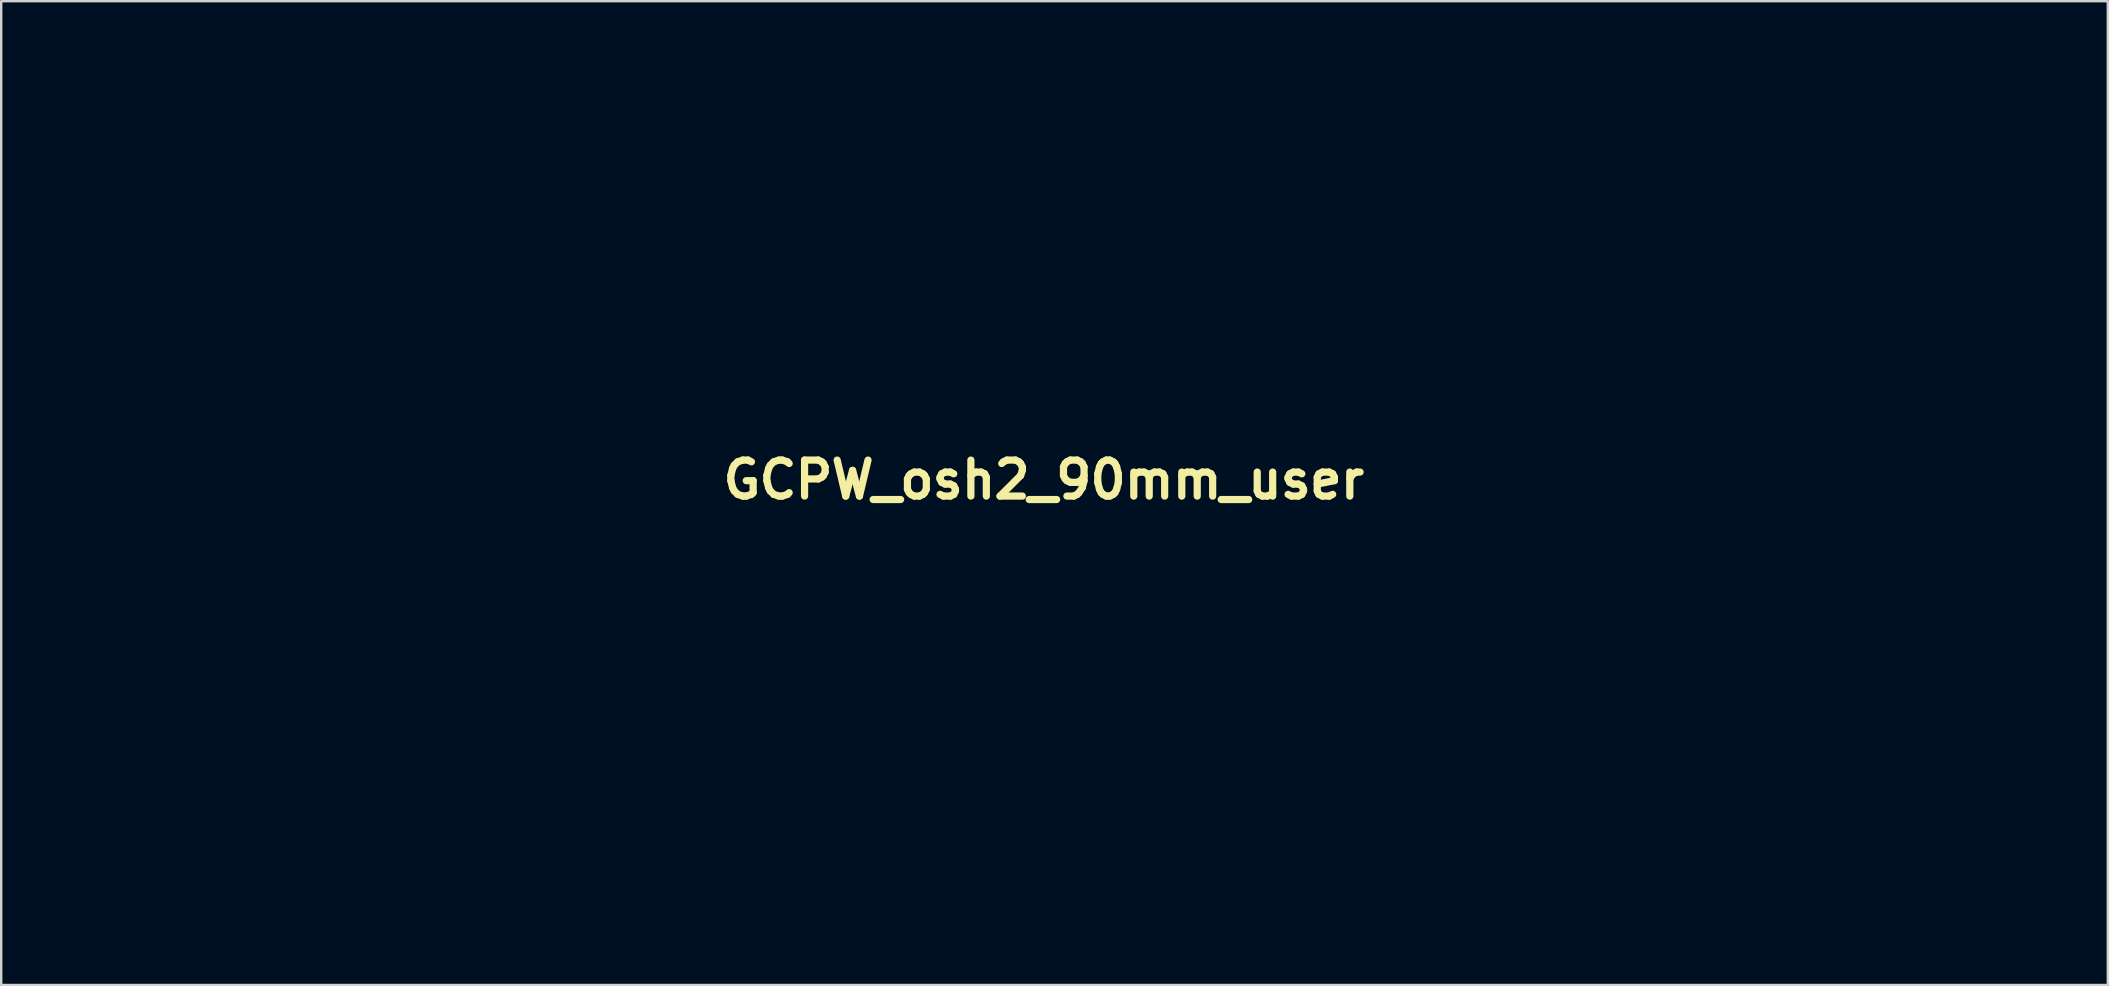
<source format=kicad_pcb>
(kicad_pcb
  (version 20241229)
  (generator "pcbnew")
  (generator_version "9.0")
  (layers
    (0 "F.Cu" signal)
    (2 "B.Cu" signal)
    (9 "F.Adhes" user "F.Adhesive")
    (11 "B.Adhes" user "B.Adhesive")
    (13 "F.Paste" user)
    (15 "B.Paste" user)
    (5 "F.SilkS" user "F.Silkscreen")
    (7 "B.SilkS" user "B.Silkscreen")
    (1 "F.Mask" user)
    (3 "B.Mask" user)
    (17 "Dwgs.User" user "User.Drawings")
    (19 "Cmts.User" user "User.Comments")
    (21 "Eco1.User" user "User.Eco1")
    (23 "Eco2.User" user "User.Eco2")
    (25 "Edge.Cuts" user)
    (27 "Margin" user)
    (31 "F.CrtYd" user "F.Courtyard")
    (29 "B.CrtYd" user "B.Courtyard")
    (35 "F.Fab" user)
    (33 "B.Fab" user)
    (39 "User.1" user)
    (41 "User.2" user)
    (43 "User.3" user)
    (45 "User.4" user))
  (footprint "GCPW_osh2_90mm_user"
    (layer "F.Cu")
    (at 40.432 16.938)
    (property "Reference" "GCPW_osh2_90mm_user" (at 0 0 0) (layer "F.SilkS") (effects (font (size 1.5 1.5) (thickness 0.3))))
    (attr board_only exclude_from_pos_files exclude_from_bom)
    (fp_poly (pts (xy -31.426 7.962) (xy -31.399 8.076) (xy -31.431 8.197) (xy -31.531 8.242) (xy -31.654 8.22) (xy -31.698 8.168) (xy -31.711 8.023) (xy -31.641 7.929) (xy -31.531 7.911)) (stroke (width 0.1) (type solid)) (fill no) (layer "Eco1.User"))
    (fp_poly (pts (xy 14.435 -12.47) (xy 14.494 -12.436) (xy 14.567 -12.351) (xy 14.539 -12.253) (xy 14.437 -12.144) (xy 14.327 -12.149) (xy 14.26 -12.202) (xy 14.196 -12.32) (xy 14.222 -12.423) (xy 14.31 -12.481)) (stroke (width 0.1) (type solid)) (fill no) (layer "Eco1.User"))
    (fp_poly (pts (xy 27.707 14.837) (xy 27.796 14.921) (xy 27.828 15.034) (xy 27.82 15.071) (xy 27.733 15.168) (xy 27.603 15.171) (xy 27.532 15.133) (xy 27.464 15.027) (xy 27.492 14.91) (xy 27.602 14.825)) (stroke (width 0.1) (type solid)) (fill no) (layer "Eco1.User"))
    (fp_poly (pts (xy 4.196 -4.076) (xy 4.185 -4.01) (xy 4.094 -3.891) (xy 3.936 -3.735) (xy 3.726 -3.558) (xy 3.716 -3.55) (xy 3.482 -3.366) (xy 3.729 -3.664) (xy 3.922 -3.888) (xy 4.057 -4.025) (xy 4.146 -4.084)) (stroke (width 0.1) (type solid)) (fill no) (layer "Eco1.User"))
    (fp_poly (pts (xy 4.374 3.957) (xy 4.465 4.032) (xy 4.492 4.141) (xy 4.472 4.197) (xy 4.368 4.3) (xy 4.241 4.297) (xy 4.228 4.292) (xy 4.167 4.215) (xy 4.161 4.094) (xy 4.209 3.987) (xy 4.253 3.955)) (stroke (width 0.1) (type solid)) (fill no) (layer "Eco1.User"))
    (fp_poly (pts (xy -17.197 -11.787) (xy -17.2 -11.736) (xy -17.294 -11.652) (xy -17.359 -11.609) (xy -17.525 -11.514) (xy -17.621 -11.478) (xy -17.676 -11.493) (xy -17.703 -11.527) (xy -17.679 -11.584) (xy -17.581 -11.658) (xy -17.445 -11.73) (xy -17.31 -11.781) (xy -17.211 -11.792)) (stroke (width 0.1) (type solid)) (fill no) (layer "Eco1.User"))
    (fp_poly (pts (xy 20.338 -8.888) (xy 20.353 -8.817) (xy 20.308 -8.777) (xy 20.023 -8.608) (xy 19.823 -8.497) (xy 19.693 -8.437) (xy 19.62 -8.421) (xy 19.591 -8.444) (xy 19.624 -8.511) (xy 19.733 -8.606) (xy 19.888 -8.71) (xy 20.057 -8.806) (xy 20.21 -8.874) (xy 20.315 -8.897)) (stroke (width 0.1) (type solid)) (fill no) (layer "Eco1.User"))
    (fp_poly (pts (xy -6.752 -8.884) (xy -6.76 -8.806) (xy -6.795 -8.773) (xy -7.075 -8.608) (xy -7.271 -8.498) (xy -7.399 -8.438) (xy -7.472 -8.421) (xy -7.505 -8.44) (xy -7.508 -8.446) (xy -7.477 -8.51) (xy -7.37 -8.601) (xy -7.217 -8.703) (xy -7.049 -8.797) (xy -6.895 -8.867) (xy -6.785 -8.896)) (stroke (width 0.1) (type solid)) (fill no) (layer "Eco1.User"))
    (fp_poly (pts (xy -0.116 -4.858) (xy -0.208 -4.747) (xy -0.35 -4.596) (xy -0.411 -4.534) (xy -0.569 -4.385) (xy -0.689 -4.282) (xy -0.754 -4.242) (xy -0.761 -4.247) (xy -0.723 -4.313) (xy -0.626 -4.427) (xy -0.494 -4.567) (xy -0.351 -4.708) (xy -0.219 -4.826) (xy -0.124 -4.899) (xy -0.091 -4.909)) (stroke (width 0.1) (type solid)) (fill no) (layer "Eco1.User"))
    (fp_poly (pts (xy -0.088 -5.71) (xy -0.174 -5.603) (xy -0.3 -5.467) (xy -0.443 -5.324) (xy -0.579 -5.198) (xy -0.683 -5.114) (xy -0.728 -5.092) (xy -0.717 -5.129) (xy -0.637 -5.23) (xy -0.505 -5.375) (xy -0.44 -5.441) (xy -0.28 -5.597) (xy -0.152 -5.709) (xy -0.076 -5.761) (xy -0.065 -5.762)) (stroke (width 0.1) (type solid)) (fill no) (layer "Eco1.User"))
    (fp_poly (pts (xy -0.088 -4.012) (xy -0.174 -3.906) (xy -0.3 -3.77) (xy -0.443 -3.626) (xy -0.579 -3.501) (xy -0.683 -3.416) (xy -0.728 -3.394) (xy -0.717 -3.432) (xy -0.637 -3.533) (xy -0.505 -3.678) (xy -0.44 -3.744) (xy -0.28 -3.9) (xy -0.152 -4.012) (xy -0.076 -4.064) (xy -0.065 -4.065)) (stroke (width 0.1) (type solid)) (fill no) (layer "Eco1.User"))
    (fp_poly (pts (xy 0.762 -6.555) (xy 0.67 -6.444) (xy 0.528 -6.293) (xy 0.467 -6.231) (xy 0.309 -6.082) (xy 0.189 -5.979) (xy 0.123 -5.939) (xy 0.117 -5.944) (xy 0.155 -6.01) (xy 0.251 -6.125) (xy 0.384 -6.264) (xy 0.527 -6.405) (xy 0.659 -6.524) (xy 0.754 -6.596) (xy 0.787 -6.607)) (stroke (width 0.1) (type solid)) (fill no) (layer "Eco1.User"))
    (fp_poly (pts (xy 0.762 -5.736) (xy 0.67 -5.625) (xy 0.528 -5.474) (xy 0.467 -5.412) (xy 0.309 -5.263) (xy 0.189 -5.16) (xy 0.123 -5.12) (xy 0.117 -5.125) (xy 0.155 -5.191) (xy 0.251 -5.305) (xy 0.384 -5.445) (xy 0.527 -5.586) (xy 0.659 -5.704) (xy 0.754 -5.777) (xy 0.787 -5.787)) (stroke (width 0.1) (type solid)) (fill no) (layer "Eco1.User"))
    (fp_poly (pts (xy 0.762 -4.858) (xy 0.67 -4.747) (xy 0.528 -4.596) (xy 0.467 -4.534) (xy 0.309 -4.385) (xy 0.189 -4.282) (xy 0.123 -4.242) (xy 0.117 -4.247) (xy 0.155 -4.313) (xy 0.251 -4.427) (xy 0.384 -4.567) (xy 0.527 -4.708) (xy 0.659 -4.826) (xy 0.754 -4.899) (xy 0.787 -4.909)) (stroke (width 0.1) (type solid)) (fill no) (layer "Eco1.User"))
    (fp_poly (pts (xy 0.802 -4.063) (xy 0.734 -3.964) (xy 0.582 -3.805) (xy 0.424 -3.659) (xy 0.275 -3.531) (xy 0.165 -3.451) (xy 0.118 -3.432) (xy 0.117 -3.435) (xy 0.156 -3.499) (xy 0.257 -3.615) (xy 0.394 -3.758) (xy 0.541 -3.902) (xy 0.672 -4.021) (xy 0.761 -4.089) (xy 0.78 -4.097)) (stroke (width 0.1) (type solid)) (fill no) (layer "Eco1.User"))
    (fp_poly (pts (xy 0.992 -8.894) (xy 0.995 -8.878) (xy 0.947 -8.805) (xy 0.824 -8.703) (xy 0.674 -8.609) (xy 0.444 -8.487) (xy 0.302 -8.434) (xy 0.242 -8.448) (xy 0.246 -8.492) (xy 0.304 -8.551) (xy 0.438 -8.645) (xy 0.619 -8.754) (xy 0.631 -8.761) (xy 0.829 -8.865) (xy 0.945 -8.908)) (stroke (width 0.1) (type solid)) (fill no) (layer "Eco1.User"))
    (fp_poly (pts (xy 1.606 -4.91) (xy 1.59 -4.851) (xy 1.511 -4.74) (xy 1.391 -4.602) (xy 1.256 -4.463) (xy 1.128 -4.347) (xy 1.031 -4.28) (xy 1.006 -4.272) (xy 0.99 -4.308) (xy 1.063 -4.414) (xy 1.221 -4.585) (xy 1.242 -4.606) (xy 1.4 -4.757) (xy 1.526 -4.865) (xy 1.598 -4.911)) (stroke (width 0.1) (type solid)) (fill no) (layer "Eco1.User"))
    (fp_poly (pts (xy 1.609 -5.71) (xy 1.523 -5.603) (xy 1.397 -5.467) (xy 1.254 -5.324) (xy 1.119 -5.198) (xy 1.014 -5.114) (xy 0.969 -5.092) (xy 0.98 -5.129) (xy 1.06 -5.23) (xy 1.192 -5.375) (xy 1.257 -5.441) (xy 1.417 -5.597) (xy 1.546 -5.709) (xy 1.621 -5.761) (xy 1.632 -5.762)) (stroke (width 0.1) (type solid)) (fill no) (layer "Eco1.User"))
    (fp_poly (pts (xy 1.609 -4.012) (xy 1.523 -3.906) (xy 1.397 -3.77) (xy 1.254 -3.626) (xy 1.119 -3.501) (xy 1.014 -3.416) (xy 0.969 -3.394) (xy 0.98 -3.432) (xy 1.06 -3.533) (xy 1.192 -3.678) (xy 1.257 -3.744) (xy 1.417 -3.9) (xy 1.546 -4.012) (xy 1.621 -4.064) (xy 1.632 -4.065)) (stroke (width 0.1) (type solid)) (fill no) (layer "Eco1.User"))
    (fp_poly (pts (xy 2.459 -6.555) (xy 2.367 -6.444) (xy 2.225 -6.293) (xy 2.164 -6.231) (xy 2.006 -6.082) (xy 1.886 -5.979) (xy 1.821 -5.939) (xy 1.814 -5.944) (xy 1.852 -6.01) (xy 1.949 -6.125) (xy 2.081 -6.264) (xy 2.225 -6.405) (xy 2.356 -6.524) (xy 2.451 -6.596) (xy 2.484 -6.607)) (stroke (width 0.1) (type solid)) (fill no) (layer "Eco1.User"))
    (fp_poly (pts (xy 2.459 -4.858) (xy 2.367 -4.747) (xy 2.225 -4.596) (xy 2.164 -4.534) (xy 2.006 -4.385) (xy 1.886 -4.282) (xy 1.821 -4.242) (xy 1.814 -4.247) (xy 1.852 -4.313) (xy 1.949 -4.427) (xy 2.081 -4.567) (xy 2.225 -4.708) (xy 2.356 -4.826) (xy 2.451 -4.899) (xy 2.484 -4.909)) (stroke (width 0.1) (type solid)) (fill no) (layer "Eco1.User"))
    (fp_poly (pts (xy 2.518 -4.067) (xy 2.467 -3.978) (xy 2.321 -3.827) (xy 2.165 -3.687) (xy 2.003 -3.552) (xy 1.88 -3.462) (xy 1.818 -3.43) (xy 1.814 -3.435) (xy 1.853 -3.498) (xy 1.954 -3.614) (xy 2.09 -3.757) (xy 2.236 -3.901) (xy 2.366 -4.02) (xy 2.455 -4.089) (xy 2.475 -4.097)) (stroke (width 0.1) (type solid)) (fill no) (layer "Eco1.User"))
    (fp_poly (pts (xy 3.299 -4.838) (xy 3.213 -4.722) (xy 3.076 -4.57) (xy 3.033 -4.527) (xy 2.877 -4.381) (xy 2.753 -4.284) (xy 2.681 -4.251) (xy 2.673 -4.256) (xy 2.694 -4.32) (xy 2.779 -4.432) (xy 2.904 -4.57) (xy 3.045 -4.708) (xy 3.178 -4.823) (xy 3.278 -4.891) (xy 3.317 -4.896)) (stroke (width 0.1) (type solid)) (fill no) (layer "Eco1.User"))
    (fp_poly (pts (xy 3.307 -5.71) (xy 3.22 -5.603) (xy 3.094 -5.467) (xy 2.951 -5.324) (xy 2.816 -5.198) (xy 2.711 -5.114) (xy 2.667 -5.092) (xy 2.678 -5.129) (xy 2.757 -5.23) (xy 2.89 -5.375) (xy 2.954 -5.441) (xy 3.114 -5.597) (xy 3.243 -5.709) (xy 3.319 -5.761) (xy 3.329 -5.762)) (stroke (width 0.1) (type solid)) (fill no) (layer "Eco1.User"))
    (fp_poly (pts (xy 3.307 -4.012) (xy 3.22 -3.906) (xy 3.094 -3.77) (xy 2.951 -3.626) (xy 2.816 -3.501) (xy 2.711 -3.416) (xy 2.667 -3.394) (xy 2.678 -3.432) (xy 2.757 -3.533) (xy 2.89 -3.678) (xy 2.954 -3.744) (xy 3.114 -3.9) (xy 3.243 -4.012) (xy 3.319 -4.064) (xy 3.329 -4.065)) (stroke (width 0.1) (type solid)) (fill no) (layer "Eco1.User"))
    (fp_poly (pts (xy 3.31 -6.6) (xy 3.296 -6.54) (xy 3.216 -6.43) (xy 3.095 -6.293) (xy 2.957 -6.156) (xy 2.826 -6.042) (xy 2.726 -5.977) (xy 2.699 -5.97) (xy 2.688 -6.006) (xy 2.759 -6.109) (xy 2.906 -6.27) (xy 2.939 -6.303) (xy 3.098 -6.454) (xy 3.226 -6.559) (xy 3.301 -6.602)) (stroke (width 0.1) (type solid)) (fill no) (layer "Eco1.User"))
    (fp_poly (pts (xy 4.156 -6.555) (xy 4.064 -6.444) (xy 3.922 -6.293) (xy 3.861 -6.231) (xy 3.704 -6.082) (xy 3.583 -5.979) (xy 3.518 -5.939) (xy 3.512 -5.944) (xy 3.549 -6.01) (xy 3.646 -6.125) (xy 3.778 -6.264) (xy 3.922 -6.405) (xy 4.053 -6.524) (xy 4.148 -6.596) (xy 4.182 -6.607)) (stroke (width 0.1) (type solid)) (fill no) (layer "Eco1.User"))
    (fp_poly (pts (xy 4.156 -4.858) (xy 4.064 -4.747) (xy 3.922 -4.596) (xy 3.861 -4.534) (xy 3.704 -4.385) (xy 3.583 -4.282) (xy 3.518 -4.242) (xy 3.512 -4.247) (xy 3.549 -4.313) (xy 3.646 -4.427) (xy 3.778 -4.567) (xy 3.922 -4.708) (xy 4.053 -4.826) (xy 4.148 -4.899) (xy 4.182 -4.909)) (stroke (width 0.1) (type solid)) (fill no) (layer "Eco1.User"))
    (fp_poly (pts (xy 4.213 -5.77) (xy 4.174 -5.696) (xy 4.049 -5.564) (xy 3.863 -5.394) (xy 3.701 -5.257) (xy 3.578 -5.164) (xy 3.516 -5.13) (xy 3.512 -5.134) (xy 3.551 -5.197) (xy 3.651 -5.312) (xy 3.787 -5.454) (xy 3.933 -5.598) (xy 4.064 -5.717) (xy 4.153 -5.786) (xy 4.172 -5.794)) (stroke (width 0.1) (type solid)) (fill no) (layer "Eco1.User"))
    (fp_poly (pts (xy 4.996 -4.838) (xy 4.91 -4.722) (xy 4.773 -4.57) (xy 4.731 -4.527) (xy 4.575 -4.381) (xy 4.45 -4.284) (xy 4.378 -4.251) (xy 4.37 -4.256) (xy 4.391 -4.32) (xy 4.476 -4.432) (xy 4.601 -4.57) (xy 4.742 -4.708) (xy 4.875 -4.823) (xy 4.975 -4.891) (xy 5.014 -4.896)) (stroke (width 0.1) (type solid)) (fill no) (layer "Eco1.User"))
    (fp_poly (pts (xy 5.004 -5.71) (xy 4.917 -5.603) (xy 4.791 -5.467) (xy 4.649 -5.324) (xy 4.513 -5.198) (xy 4.408 -5.114) (xy 4.364 -5.092) (xy 4.375 -5.129) (xy 4.454 -5.23) (xy 4.587 -5.375) (xy 4.651 -5.441) (xy 4.812 -5.597) (xy 4.94 -5.709) (xy 5.016 -5.761) (xy 5.026 -5.762)) (stroke (width 0.1) (type solid)) (fill no) (layer "Eco1.User"))
    (fp_poly (pts (xy 5.004 -4.012) (xy 4.917 -3.906) (xy 4.791 -3.77) (xy 4.649 -3.626) (xy 4.513 -3.501) (xy 4.408 -3.416) (xy 4.364 -3.394) (xy 4.375 -3.432) (xy 4.454 -3.533) (xy 4.587 -3.678) (xy 4.651 -3.744) (xy 4.812 -3.9) (xy 4.94 -4.012) (xy 5.016 -4.064) (xy 5.026 -4.065)) (stroke (width 0.1) (type solid)) (fill no) (layer "Eco1.User"))
    (fp_poly (pts (xy 5.013 -6.595) (xy 4.998 -6.535) (xy 4.918 -6.425) (xy 4.795 -6.29) (xy 4.655 -6.154) (xy 4.522 -6.041) (xy 4.42 -5.977) (xy 4.392 -5.97) (xy 4.386 -6.006) (xy 4.456 -6.107) (xy 4.59 -6.255) (xy 4.637 -6.303) (xy 4.796 -6.453) (xy 4.925 -6.557) (xy 5.003 -6.597)) (stroke (width 0.1) (type solid)) (fill no) (layer "Eco1.User"))
    (fp_poly (pts (xy 5.854 -6.555) (xy 5.761 -6.444) (xy 5.62 -6.293) (xy 5.558 -6.231) (xy 5.401 -6.082) (xy 5.28 -5.979) (xy 5.215 -5.939) (xy 5.209 -5.944) (xy 5.246 -6.01) (xy 5.343 -6.125) (xy 5.475 -6.264) (xy 5.619 -6.405) (xy 5.75 -6.524) (xy 5.846 -6.596) (xy 5.879 -6.607)) (stroke (width 0.1) (type solid)) (fill no) (layer "Eco1.User"))
    (fp_poly (pts (xy 5.854 -4.858) (xy 5.761 -4.747) (xy 5.62 -4.596) (xy 5.558 -4.534) (xy 5.401 -4.385) (xy 5.28 -4.282) (xy 5.215 -4.242) (xy 5.209 -4.247) (xy 5.246 -4.313) (xy 5.343 -4.427) (xy 5.475 -4.567) (xy 5.619 -4.708) (xy 5.75 -4.826) (xy 5.846 -4.899) (xy 5.879 -4.909)) (stroke (width 0.1) (type solid)) (fill no) (layer "Eco1.User"))
    (fp_poly (pts (xy 5.912 -5.75) (xy 5.872 -5.696) (xy 5.771 -5.588) (xy 5.633 -5.45) (xy 5.484 -5.309) (xy 5.349 -5.186) (xy 5.253 -5.108) (xy 5.225 -5.092) (xy 5.249 -5.132) (xy 5.334 -5.239) (xy 5.463 -5.393) (xy 5.506 -5.443) (xy 5.696 -5.651) (xy 5.824 -5.767) (xy 5.894 -5.792)) (stroke (width 0.1) (type solid)) (fill no) (layer "Eco1.User"))
    (fp_poly (pts (xy 6.693 -6.535) (xy 6.607 -6.419) (xy 6.47 -6.267) (xy 6.428 -6.224) (xy 6.272 -6.079) (xy 6.147 -5.981) (xy 6.075 -5.949) (xy 6.068 -5.953) (xy 6.088 -6.017) (xy 6.174 -6.129) (xy 6.299 -6.267) (xy 6.44 -6.405) (xy 6.572 -6.52) (xy 6.672 -6.588) (xy 6.712 -6.593)) (stroke (width 0.1) (type solid)) (fill no) (layer "Eco1.User"))
    (fp_poly (pts (xy 6.701 -5.71) (xy 6.615 -5.603) (xy 6.488 -5.467) (xy 6.346 -5.324) (xy 6.21 -5.198) (xy 6.105 -5.114) (xy 6.061 -5.092) (xy 6.072 -5.129) (xy 6.151 -5.23) (xy 6.284 -5.375) (xy 6.348 -5.441) (xy 6.509 -5.597) (xy 6.637 -5.709) (xy 6.713 -5.761) (xy 6.724 -5.762)) (stroke (width 0.1) (type solid)) (fill no) (layer "Eco1.User"))
    (fp_poly (pts (xy 6.701 -4.012) (xy 6.615 -3.906) (xy 6.488 -3.77) (xy 6.346 -3.626) (xy 6.21 -3.501) (xy 6.105 -3.416) (xy 6.061 -3.394) (xy 6.072 -3.432) (xy 6.151 -3.533) (xy 6.284 -3.678) (xy 6.348 -3.744) (xy 6.509 -3.9) (xy 6.637 -4.012) (xy 6.713 -4.064) (xy 6.724 -4.065)) (stroke (width 0.1) (type solid)) (fill no) (layer "Eco1.User"))
    (fp_poly (pts (xy 6.712 -4.896) (xy 6.693 -4.838) (xy 6.607 -4.722) (xy 6.469 -4.569) (xy 6.42 -4.52) (xy 6.261 -4.37) (xy 6.146 -4.282) (xy 6.09 -4.265) (xy 6.087 -4.275) (xy 6.124 -4.357) (xy 6.219 -4.48) (xy 6.349 -4.62) (xy 6.487 -4.753) (xy 6.61 -4.854) (xy 6.694 -4.899)) (stroke (width 0.1) (type solid)) (fill no) (layer "Eco1.User"))
    (fp_poly (pts (xy 7.551 -6.555) (xy 7.459 -6.444) (xy 7.317 -6.293) (xy 7.256 -6.231) (xy 7.098 -6.082) (xy 6.977 -5.979) (xy 6.912 -5.939) (xy 6.906 -5.944) (xy 6.944 -6.01) (xy 7.04 -6.125) (xy 7.173 -6.264) (xy 7.316 -6.405) (xy 7.448 -6.524) (xy 7.543 -6.596) (xy 7.576 -6.607)) (stroke (width 0.1) (type solid)) (fill no) (layer "Eco1.User"))
    (fp_poly (pts (xy 7.551 -4.858) (xy 7.459 -4.747) (xy 7.317 -4.596) (xy 7.256 -4.534) (xy 7.098 -4.385) (xy 6.977 -4.282) (xy 6.912 -4.242) (xy 6.906 -4.247) (xy 6.944 -4.313) (xy 7.04 -4.427) (xy 7.173 -4.567) (xy 7.316 -4.708) (xy 7.448 -4.826) (xy 7.543 -4.899) (xy 7.576 -4.909)) (stroke (width 0.1) (type solid)) (fill no) (layer "Eco1.User"))
    (fp_poly (pts (xy 7.579 -5.71) (xy 7.493 -5.603) (xy 7.366 -5.467) (xy 7.224 -5.324) (xy 7.088 -5.198) (xy 6.983 -5.114) (xy 6.939 -5.092) (xy 6.95 -5.129) (xy 7.029 -5.23) (xy 7.162 -5.375) (xy 7.226 -5.441) (xy 7.387 -5.597) (xy 7.515 -5.709) (xy 7.591 -5.761) (xy 7.602 -5.762)) (stroke (width 0.1) (type solid)) (fill no) (layer "Eco1.User"))
    (fp_poly (pts (xy 7.579 -4.012) (xy 7.493 -3.906) (xy 7.366 -3.77) (xy 7.224 -3.626) (xy 7.088 -3.501) (xy 6.983 -3.416) (xy 6.939 -3.394) (xy 6.95 -3.432) (xy 7.029 -3.533) (xy 7.162 -3.678) (xy 7.226 -3.744) (xy 7.387 -3.9) (xy 7.515 -4.012) (xy 7.591 -4.064) (xy 7.602 -4.065)) (stroke (width 0.1) (type solid)) (fill no) (layer "Eco1.User"))
    (fp_poly (pts (xy 8.398 -5.71) (xy 8.312 -5.603) (xy 8.186 -5.467) (xy 8.043 -5.324) (xy 7.907 -5.198) (xy 7.803 -5.114) (xy 7.758 -5.092) (xy 7.769 -5.129) (xy 7.849 -5.23) (xy 7.981 -5.375) (xy 8.046 -5.441) (xy 8.206 -5.597) (xy 8.334 -5.709) (xy 8.41 -5.761) (xy 8.421 -5.762)) (stroke (width 0.1) (type solid)) (fill no) (layer "Eco1.User"))
    (fp_poly (pts (xy 8.398 -4.012) (xy 8.312 -3.906) (xy 8.186 -3.77) (xy 8.043 -3.626) (xy 7.907 -3.501) (xy 7.803 -3.416) (xy 7.758 -3.394) (xy 7.769 -3.432) (xy 7.849 -3.533) (xy 7.981 -3.678) (xy 8.046 -3.744) (xy 8.206 -3.9) (xy 8.334 -4.012) (xy 8.41 -4.064) (xy 8.421 -4.065)) (stroke (width 0.1) (type solid)) (fill no) (layer "Eco1.User"))
    (fp_poly (pts (xy 8.409 -6.593) (xy 8.39 -6.535) (xy 8.304 -6.419) (xy 8.166 -6.266) (xy 8.118 -6.217) (xy 7.958 -6.067) (xy 7.843 -5.979) (xy 7.787 -5.963) (xy 7.784 -5.972) (xy 7.821 -6.054) (xy 7.917 -6.177) (xy 8.046 -6.317) (xy 8.184 -6.45) (xy 8.308 -6.551) (xy 8.391 -6.597)) (stroke (width 0.1) (type solid)) (fill no) (layer "Eco1.User"))
    (fp_poly (pts (xy 8.414 -4.891) (xy 8.393 -4.835) (xy 8.305 -4.721) (xy 8.166 -4.569) (xy 8.118 -4.52) (xy 7.948 -4.36) (xy 7.834 -4.275) (xy 7.785 -4.271) (xy 7.784 -4.28) (xy 7.822 -4.359) (xy 7.918 -4.48) (xy 8.049 -4.618) (xy 8.189 -4.749) (xy 8.313 -4.849) (xy 8.397 -4.894)) (stroke (width 0.1) (type solid)) (fill no) (layer "Eco1.User"))
    (fp_poly (pts (xy 9.248 -6.555) (xy 9.156 -6.444) (xy 9.014 -6.293) (xy 8.953 -6.231) (xy 8.795 -6.082) (xy 8.675 -5.979) (xy 8.61 -5.939) (xy 8.603 -5.944) (xy 8.641 -6.01) (xy 8.738 -6.125) (xy 8.87 -6.264) (xy 9.014 -6.405) (xy 9.145 -6.524) (xy 9.24 -6.596) (xy 9.273 -6.607)) (stroke (width 0.1) (type solid)) (fill no) (layer "Eco1.User"))
    (fp_poly (pts (xy 9.248 -4.858) (xy 9.156 -4.747) (xy 9.014 -4.596) (xy 8.953 -4.534) (xy 8.795 -4.385) (xy 8.675 -4.282) (xy 8.61 -4.242) (xy 8.603 -4.247) (xy 8.641 -4.313) (xy 8.738 -4.427) (xy 8.87 -4.567) (xy 9.014 -4.708) (xy 9.145 -4.826) (xy 9.24 -4.899) (xy 9.273 -4.909)) (stroke (width 0.1) (type solid)) (fill no) (layer "Eco1.User"))
    (fp_poly (pts (xy 9.276 -5.71) (xy 9.19 -5.603) (xy 9.064 -5.467) (xy 8.921 -5.324) (xy 8.785 -5.198) (xy 8.681 -5.114) (xy 8.636 -5.092) (xy 8.647 -5.129) (xy 8.727 -5.23) (xy 8.859 -5.375) (xy 8.924 -5.441) (xy 9.084 -5.597) (xy 9.212 -5.709) (xy 9.288 -5.761) (xy 9.299 -5.762)) (stroke (width 0.1) (type solid)) (fill no) (layer "Eco1.User"))
    (fp_poly (pts (xy 9.276 -4.012) (xy 9.19 -3.906) (xy 9.064 -3.77) (xy 8.921 -3.626) (xy 8.785 -3.501) (xy 8.681 -3.416) (xy 8.636 -3.394) (xy 8.647 -3.432) (xy 8.727 -3.533) (xy 8.859 -3.678) (xy 8.924 -3.744) (xy 9.084 -3.9) (xy 9.212 -4.012) (xy 9.288 -4.064) (xy 9.299 -4.065)) (stroke (width 0.1) (type solid)) (fill no) (layer "Eco1.User"))
    (fp_poly (pts (xy 12.588 -4.064) (xy 12.622 -4.02) (xy 12.586 -3.96) (xy 12.467 -3.872) (xy 12.262 -3.751) (xy 12.042 -3.634) (xy 11.905 -3.58) (xy 11.837 -3.584) (xy 11.822 -3.626) (xy 11.87 -3.685) (xy 11.991 -3.774) (xy 12.155 -3.875) (xy 12.328 -3.97) (xy 12.479 -4.04) (xy 12.575 -4.067)) (stroke (width 0.1) (type solid)) (fill no) (layer "Eco1.User"))
    (fp_poly (pts (xy 41.276 12.166) (xy 41.254 12.219) (xy 41.134 12.317) (xy 40.923 12.455) (xy 40.63 12.627) (xy 40.431 12.738) (xy 40.381 12.714) (xy 40.368 12.686) (xy 40.403 12.624) (xy 40.517 12.53) (xy 40.68 12.422) (xy 40.866 12.315) (xy 41.046 12.225) (xy 41.191 12.169) (xy 41.272 12.163)) (stroke (width 0.1) (type solid)) (fill no) (layer "Eco1.User"))
    (fp_poly (pts (xy -0.102 -6.576) (xy -0.18 -6.476) (xy -0.31 -6.334) (xy -0.351 -6.291) (xy -0.51 -6.138) (xy -0.641 -6.025) (xy -0.72 -5.971) (xy -0.728 -5.97) (xy -0.718 -6.007) (xy -0.64 -6.107) (xy -0.509 -6.249) (xy -0.468 -6.291) (xy -0.31 -6.445) (xy -0.179 -6.558) (xy -0.099 -6.612) (xy -0.092 -6.613)) (stroke (width 0.1) (type solid)) (fill no) (layer "Eco1.User"))
    (fp_poly (pts (xy 1.596 -6.576) (xy 1.518 -6.476) (xy 1.387 -6.334) (xy 1.346 -6.291) (xy 1.188 -6.138) (xy 1.057 -6.025) (xy 0.977 -5.971) (xy 0.97 -5.97) (xy 0.979 -6.007) (xy 1.057 -6.107) (xy 1.188 -6.249) (xy 1.229 -6.291) (xy 1.387 -6.445) (xy 1.518 -6.558) (xy 1.598 -6.612) (xy 1.605 -6.613)) (stroke (width 0.1) (type solid)) (fill no) (layer "Eco1.User"))
    (fp_poly (pts (xy 2.493 -5.758) (xy 2.464 -5.704) (xy 2.382 -5.613) (xy 2.235 -5.467) (xy 2.12 -5.357) (xy 1.973 -5.225) (xy 1.864 -5.141) (xy 1.815 -5.121) (xy 1.814 -5.125) (xy 1.852 -5.19) (xy 1.948 -5.305) (xy 2.08 -5.444) (xy 2.224 -5.585) (xy 2.355 -5.704) (xy 2.449 -5.778) (xy 2.483 -5.789)) (stroke (width 0.1) (type solid)) (fill no) (layer "Eco1.User"))
    (fp_poly (pts (xy -22.083 -8.938) (xy -22.116 -8.881) (xy -22.226 -8.798) (xy -22.426 -8.678) (xy -22.498 -8.637) (xy -22.737 -8.51) (xy -22.891 -8.444) (xy -22.975 -8.435) (xy -23 -8.479) (xy -23 -8.481) (xy -22.953 -8.537) (xy -22.829 -8.626) (xy -22.658 -8.731) (xy -22.472 -8.835) (xy -22.299 -8.922) (xy -22.169 -8.974) (xy -22.116 -8.98)) (stroke (width 0.1) (type solid)) (fill no) (layer "Eco1.User"))
    (fp_poly (pts (xy -20.309 -9.986) (xy -20.341 -9.921) (xy -20.477 -9.814) (xy -20.713 -9.668) (xy -20.723 -9.662) (xy -20.969 -9.525) (xy -21.13 -9.448) (xy -21.215 -9.429) (xy -21.238 -9.464) (xy -21.23 -9.495) (xy -21.17 -9.558) (xy -21.037 -9.655) (xy -20.862 -9.767) (xy -20.676 -9.875) (xy -20.511 -9.96) (xy -20.398 -10.004) (xy -20.381 -10.007)) (stroke (width 0.1) (type solid)) (fill no) (layer "Eco1.User"))
    (fp_poly (pts (xy -6.734 -4.063) (xy -6.731 -4.024) (xy -6.779 -3.96) (xy -6.905 -3.865) (xy -7.078 -3.76) (xy -7.276 -3.653) (xy -7.396 -3.594) (xy -7.462 -3.578) (xy -7.498 -3.596) (xy -7.518 -3.625) (xy -7.488 -3.678) (xy -7.377 -3.766) (xy -7.207 -3.873) (xy -7.18 -3.888) (xy -6.965 -4.006) (xy -6.832 -4.071) (xy -6.761 -4.088)) (stroke (width 0.1) (type solid)) (fill no) (layer "Eco1.User"))
    (fp_poly (pts (xy 5.892 -4.077) (xy 5.873 -4.021) (xy 5.79 -3.911) (xy 5.668 -3.771) (xy 5.528 -3.625) (xy 5.395 -3.498) (xy 5.29 -3.414) (xy 5.247 -3.394) (xy 5.256 -3.433) (xy 5.331 -3.536) (xy 5.455 -3.681) (xy 5.474 -3.702) (xy 5.62 -3.862) (xy 5.738 -3.991) (xy 5.802 -4.062) (xy 5.803 -4.064) (xy 5.873 -4.088)) (stroke (width 0.1) (type solid)) (fill no) (layer "Eco1.User"))
    (fp_poly (pts (xy 35.977 15.235) (xy 35.934 15.307) (xy 35.786 15.419) (xy 35.562 15.556) (xy 35.332 15.685) (xy 35.185 15.761) (xy 35.102 15.791) (xy 35.066 15.781) (xy 35.058 15.736) (xy 35.058 15.729) (xy 35.106 15.673) (xy 35.228 15.582) (xy 35.395 15.472) (xy 35.577 15.362) (xy 35.746 15.27) (xy 35.872 15.214) (xy 35.914 15.205)) (stroke (width 0.1) (type solid)) (fill no) (layer "Eco1.User"))
    (fp_poly (pts (xy 35.995 -4.132) (xy 35.957 -4.065) (xy 35.817 -3.956) (xy 35.579 -3.81) (xy 35.578 -3.809) (xy 35.34 -3.676) (xy 35.185 -3.6) (xy 35.097 -3.576) (xy 35.061 -3.599) (xy 35.057 -3.626) (xy 35.104 -3.678) (xy 35.225 -3.767) (xy 35.393 -3.875) (xy 35.577 -3.985) (xy 35.748 -4.08) (xy 35.879 -4.141) (xy 35.93 -4.155)) (stroke (width 0.1) (type solid)) (fill no) (layer "Eco1.User"))
    (fp_poly (pts (xy 36.003 -8.952) (xy 35.954 -8.892) (xy 35.862 -8.821) (xy 35.711 -8.725) (xy 35.532 -8.62) (xy 35.351 -8.523) (xy 35.2 -8.448) (xy 35.105 -8.413) (xy 35.09 -8.414) (xy 35.062 -8.464) (xy 35.091 -8.522) (xy 35.189 -8.599) (xy 35.372 -8.709) (xy 35.499 -8.781) (xy 35.725 -8.897) (xy 35.892 -8.966) (xy 35.988 -8.985)) (stroke (width 0.1) (type solid)) (fill no) (layer "Eco1.User"))
    (fp_poly (pts (xy 39.485 -6.184) (xy 39.496 -6.128) (xy 39.426 -6.048) (xy 39.267 -5.938) (xy 39.072 -5.825) (xy 38.865 -5.71) (xy 38.736 -5.647) (xy 38.663 -5.626) (xy 38.623 -5.642) (xy 38.6 -5.672) (xy 38.633 -5.72) (xy 38.743 -5.803) (xy 38.902 -5.906) (xy 39.083 -6.012) (xy 39.258 -6.105) (xy 39.4 -6.168) (xy 39.479 -6.187)) (stroke (width 0.1) (type solid)) (fill no) (layer "Eco1.User"))
    (fp_poly (pts (xy 39.506 13.192) (xy 39.465 13.26) (xy 39.322 13.372) (xy 39.099 13.513) (xy 38.885 13.639) (xy 38.75 13.713) (xy 38.673 13.743) (xy 38.631 13.737) (xy 38.602 13.703) (xy 38.6 13.698) (xy 38.632 13.649) (xy 38.739 13.563) (xy 38.896 13.456) (xy 39.072 13.346) (xy 39.242 13.25) (xy 39.378 13.185) (xy 39.442 13.168)) (stroke (width 0.1) (type solid)) (fill no) (layer "Eco1.User"))
    (fp_poly (pts (xy 12.607 -8.896) (xy 12.637 -8.863) (xy 12.64 -8.835) (xy 12.598 -8.795) (xy 12.494 -8.729) (xy 12.31 -8.622) (xy 12.248 -8.586) (xy 12.048 -8.48) (xy 11.907 -8.428) (xy 11.847 -8.434) (xy 11.827 -8.47) (xy 11.83 -8.5) (xy 11.876 -8.542) (xy 11.982 -8.61) (xy 12.167 -8.722) (xy 12.201 -8.742) (xy 12.415 -8.858) (xy 12.556 -8.905)) (stroke (width 0.1) (type solid)) (fill no) (layer "Eco1.User"))
    (fp_poly (pts (xy 37.751 -9.985) (xy 37.712 -9.917) (xy 37.573 -9.809) (xy 37.335 -9.662) (xy 37.334 -9.662) (xy 37.121 -9.539) (xy 36.988 -9.466) (xy 36.913 -9.435) (xy 36.875 -9.437) (xy 36.852 -9.464) (xy 36.844 -9.478) (xy 36.876 -9.527) (xy 36.984 -9.613) (xy 37.14 -9.72) (xy 37.317 -9.83) (xy 37.487 -9.926) (xy 37.622 -9.991) (xy 37.686 -10.008)) (stroke (width 0.1) (type solid)) (fill no) (layer "Eco1.User"))
    (fp_poly (pts (xy 37.752 -5.171) (xy 37.729 -5.09) (xy 37.662 -5.01) (xy 37.646 -4.999) (xy 37.317 -4.807) (xy 37.078 -4.681) (xy 36.922 -4.619) (xy 36.846 -4.619) (xy 36.84 -4.626) (xy 36.816 -4.696) (xy 36.821 -4.707) (xy 36.892 -4.752) (xy 37.031 -4.834) (xy 37.208 -4.935) (xy 37.394 -5.04) (xy 37.56 -5.131) (xy 37.677 -5.192) (xy 37.715 -5.209)) (stroke (width 0.1) (type solid)) (fill no) (layer "Eco1.User"))
    (fp_poly (pts (xy 39.508 -11.024) (xy 39.485 -10.942) (xy 39.418 -10.863) (xy 39.402 -10.852) (xy 39.073 -10.659) (xy 38.833 -10.533) (xy 38.678 -10.472) (xy 38.602 -10.472) (xy 38.596 -10.478) (xy 38.572 -10.548) (xy 38.577 -10.559) (xy 38.648 -10.605) (xy 38.787 -10.687) (xy 38.963 -10.788) (xy 39.15 -10.892) (xy 39.316 -10.983) (xy 39.433 -11.045) (xy 39.471 -11.061)) (stroke (width 0.1) (type solid)) (fill no) (layer "Eco1.User"))
    (fp_poly (pts (xy 41.266 -12.015) (xy 41.247 -11.961) (xy 41.131 -11.865) (xy 40.931 -11.738) (xy 40.892 -11.716) (xy 40.668 -11.589) (xy 40.523 -11.513) (xy 40.437 -11.482) (xy 40.389 -11.487) (xy 40.359 -11.521) (xy 40.356 -11.525) (xy 40.385 -11.578) (xy 40.494 -11.662) (xy 40.655 -11.762) (xy 40.839 -11.862) (xy 41.02 -11.949) (xy 41.168 -12.007) (xy 41.257 -12.02)) (stroke (width 0.1) (type solid)) (fill no) (layer "Eco1.User"))
    (fp_poly (pts (xy 41.269 -7.184) (xy 41.269 -7.184) (xy 41.242 -7.123) (xy 41.121 -7.022) (xy 40.921 -6.892) (xy 40.878 -6.866) (xy 40.651 -6.735) (xy 40.507 -6.657) (xy 40.427 -6.625) (xy 40.391 -6.634) (xy 40.383 -6.675) (xy 40.382 -6.689) (xy 40.429 -6.755) (xy 40.549 -6.849) (xy 40.715 -6.955) (xy 40.898 -7.058) (xy 41.071 -7.14) (xy 41.204 -7.188)) (stroke (width 0.1) (type solid)) (fill no) (layer "Eco1.User"))
    (fp_poly (pts (xy -18.546 -11.026) (xy -18.57 -10.948) (xy -18.641 -10.867) (xy -18.684 -10.84) (xy -18.807 -10.775) (xy -18.984 -10.676) (xy -19.12 -10.597) (xy -19.312 -10.498) (xy -19.431 -10.466) (xy -19.462 -10.481) (xy -19.485 -10.549) (xy -19.48 -10.559) (xy -19.409 -10.605) (xy -19.271 -10.687) (xy -19.094 -10.788) (xy -18.908 -10.892) (xy -18.741 -10.983) (xy -18.625 -11.045) (xy -18.586 -11.061)) (stroke (width 0.1) (type solid)) (fill no) (layer "Eco1.User"))
    (fp_poly (pts (xy 37.742 14.191) (xy 37.748 14.236) (xy 37.7 14.298) (xy 37.579 14.389) (xy 37.411 14.494) (xy 37.225 14.597) (xy 37.049 14.684) (xy 36.911 14.737) (xy 36.839 14.743) (xy 36.836 14.74) (xy 36.817 14.706) (xy 36.82 14.676) (xy 36.864 14.635) (xy 36.966 14.569) (xy 37.143 14.465) (xy 37.251 14.402) (xy 37.479 14.271) (xy 37.625 14.196) (xy 37.707 14.172)) (stroke (width 0.1) (type solid)) (fill no) (layer "Eco1.User"))
    (fp_poly (pts (xy -35.752 7.026) (xy -35.426 7.035) (xy -35.199 7.049) (xy -35.076 7.068) (xy -35.057 7.082) (xy -35.114 7.103) (xy -35.281 7.121) (xy -35.55 7.133) (xy -35.915 7.139) (xy -36.169 7.14) (xy -36.585 7.137) (xy -36.911 7.128) (xy -37.139 7.114) (xy -37.261 7.095) (xy -37.281 7.082) (xy -37.223 7.06) (xy -37.056 7.042) (xy -36.787 7.031) (xy -36.423 7.024) (xy -36.169 7.023)) (stroke (width 0.1) (type solid)) (fill no) (layer "Eco1.User"))
    (fp_poly (pts (xy -20.148 -15.857) (xy -19.816 -15.849) (xy -19.582 -15.835) (xy -19.454 -15.816) (xy -19.43 -15.802) (xy -19.488 -15.78) (xy -19.655 -15.763) (xy -19.925 -15.751) (xy -20.291 -15.745) (xy -20.572 -15.743) (xy -20.995 -15.746) (xy -21.327 -15.755) (xy -21.561 -15.769) (xy -21.689 -15.787) (xy -21.713 -15.802) (xy -21.656 -15.824) (xy -21.488 -15.841) (xy -21.218 -15.853) (xy -20.852 -15.859) (xy -20.572 -15.86)) (stroke (width 0.1) (type solid)) (fill no) (layer "Eco1.User"))
    (fp_poly (pts (xy 10.382 -12.749) (xy 10.613 -12.74) (xy 10.765 -12.721) (xy 10.852 -12.693) (xy 10.884 -12.653) (xy 10.886 -12.64) (xy 10.829 -12.62) (xy 10.664 -12.603) (xy 10.401 -12.591) (xy 10.048 -12.584) (xy 9.74 -12.583) (xy 9.33 -12.585) (xy 9.025 -12.59) (xy 8.814 -12.6) (xy 8.685 -12.615) (xy 8.625 -12.636) (xy 8.618 -12.656) (xy 8.663 -12.686) (xy 8.782 -12.709) (xy 8.988 -12.726) (xy 9.29 -12.738) (xy 9.632 -12.746) (xy 10.059 -12.751)) (stroke (width 0.1) (type solid)) (fill no) (layer "Eco1.User"))
    (fp_poly (pts (xy -35.76 7.668) (xy -35.461 7.674) (xy -35.256 7.684) (xy -35.131 7.7) (xy -35.076 7.722) (xy -35.071 7.74) (xy -35.115 7.769) (xy -35.231 7.791) (xy -35.43 7.808) (xy -35.724 7.82) (xy -36.124 7.829) (xy -36.148 7.829) (xy -36.488 7.832) (xy -36.786 7.83) (xy -37.024 7.825) (xy -37.182 7.816) (xy -37.24 7.805) (xy -37.271 7.758) (xy -37.252 7.723) (xy -37.169 7.698) (xy -37.012 7.681) (xy -36.769 7.672) (xy -36.427 7.667) (xy -36.164 7.667)) (stroke (width 0.1) (type solid)) (fill no) (layer "Eco1.User"))
    (fp_poly (pts (xy -20.116 -15.213) (xy -19.776 -15.202) (xy -19.551 -15.183) (xy -19.439 -15.157) (xy -19.439 -15.123) (xy -19.551 -15.081) (xy -19.562 -15.078) (xy -19.666 -15.066) (xy -19.861 -15.057) (xy -20.122 -15.052) (xy -20.422 -15.049) (xy -20.735 -15.05) (xy -21.037 -15.053) (xy -21.3 -15.06) (xy -21.499 -15.069) (xy -21.609 -15.081) (xy -21.61 -15.081) (xy -21.697 -15.13) (xy -21.713 -15.162) (xy -21.657 -15.18) (xy -21.498 -15.195) (xy -21.252 -15.207) (xy -20.933 -15.214) (xy -20.572 -15.217)) (stroke (width 0.1) (type solid)) (fill no) (layer "Eco1.User"))
    (fp_poly (pts (xy -0.587 3.05) (xy -0.281 3.056) (xy 0.022 3.066) (xy 0.299 3.079) (xy 0.53 3.094) (xy 0.691 3.111) (xy 0.76 3.129) (xy 0.761 3.131) (xy 0.706 3.153) (xy 0.556 3.172) (xy 0.334 3.187) (xy 0.06 3.198) (xy -0.242 3.206) (xy -0.551 3.209) (xy -0.845 3.207) (xy -1.101 3.201) (xy -1.298 3.189) (xy -1.413 3.172) (xy -1.433 3.161) (xy -1.424 3.091) (xy -1.392 3.071) (xy -1.297 3.057) (xy -1.117 3.05) (xy -0.873 3.047)) (stroke (width 0.1) (type solid)) (fill no) (layer "Eco1.User"))
    (fp_poly (pts (xy 0.09 3.718) (xy 0.396 3.725) (xy 0.608 3.737) (xy 0.739 3.755) (xy 0.799 3.78) (xy 0.805 3.79) (xy 0.788 3.816) (xy 0.711 3.835) (xy 0.561 3.849) (xy 0.326 3.857) (xy -0.005 3.862) (xy -0.322 3.863) (xy -0.732 3.861) (xy -1.038 3.856) (xy -1.25 3.846) (xy -1.381 3.831) (xy -1.441 3.81) (xy -1.449 3.79) (xy -1.409 3.762) (xy -1.302 3.742) (xy -1.117 3.728) (xy -0.841 3.72) (xy -0.465 3.717) (xy -0.322 3.716)) (stroke (width 0.1) (type solid)) (fill no) (layer "Eco1.User"))
    (fp_poly (pts (xy 9.48 -13.396) (xy 9.785 -13.389) (xy 10.088 -13.379) (xy 10.366 -13.366) (xy 10.596 -13.351) (xy 10.757 -13.335) (xy 10.826 -13.317) (xy 10.827 -13.315) (xy 10.773 -13.293) (xy 10.623 -13.274) (xy 10.4 -13.259) (xy 10.127 -13.247) (xy 9.824 -13.24) (xy 9.515 -13.237) (xy 9.222 -13.238) (xy 8.965 -13.245) (xy 8.768 -13.257) (xy 8.653 -13.274) (xy 8.633 -13.284) (xy 8.643 -13.354) (xy 8.675 -13.375) (xy 8.769 -13.388) (xy 8.949 -13.396) (xy 9.194 -13.398)) (stroke (width 0.1) (type solid)) (fill no) (layer "Eco1.User"))
    (fp_poly (pts (xy 23.409 13.931) (xy 23.708 13.936) (xy 23.913 13.946) (xy 24.038 13.962) (xy 24.093 13.984) (xy 24.098 14.002) (xy 24.055 14.031) (xy 23.939 14.053) (xy 23.739 14.07) (xy 23.445 14.082) (xy 23.045 14.091) (xy 23.021 14.091) (xy 22.682 14.094) (xy 22.383 14.093) (xy 22.145 14.087) (xy 21.987 14.078) (xy 21.929 14.067) (xy 21.898 14.02) (xy 21.918 13.985) (xy 22 13.96) (xy 22.157 13.944) (xy 22.401 13.934) (xy 22.742 13.93) (xy 23.005 13.929)) (stroke (width 0.1) (type solid)) (fill no) (layer "Eco1.User"))
    (fp_poly (pts (xy 23.393 14.574) (xy 23.683 14.578) (xy 23.885 14.587) (xy 24.014 14.6) (xy 24.084 14.621) (xy 24.111 14.649) (xy 24.112 14.661) (xy 24.098 14.692) (xy 24.045 14.714) (xy 23.938 14.73) (xy 23.763 14.741) (xy 23.506 14.746) (xy 23.151 14.748) (xy 23 14.748) (xy 22.608 14.747) (xy 22.318 14.743) (xy 22.116 14.735) (xy 21.987 14.721) (xy 21.917 14.7) (xy 21.89 14.672) (xy 21.888 14.661) (xy 21.903 14.63) (xy 21.956 14.607) (xy 22.063 14.591) (xy 22.238 14.581) (xy 22.495 14.575) (xy 22.85 14.573) (xy 23 14.573)) (stroke (width 0.1) (type solid)) (fill no) (layer "Eco1.User"))
    (fp_poly (pts (xy -24.997 6.057) (xy -24.963 6.134) (xy -24.944 6.282) (xy -24.935 6.512) (xy -24.932 6.839) (xy -24.932 7.082) (xy -24.932 8.135) (xy -24.727 8.135) (xy -24.592 8.15) (xy -24.524 8.186) (xy -24.522 8.194) (xy -24.578 8.221) (xy -24.732 8.241) (xy -24.967 8.251) (xy -25.078 8.252) (xy -25.318 8.247) (xy -25.505 8.232) (xy -25.615 8.211) (xy -25.634 8.197) (xy -25.583 8.155) (xy -25.458 8.126) (xy -25.444 8.124) (xy -25.254 8.106) (xy -25.238 7.189) (xy -25.222 6.273) (xy -25.466 6.306) (xy -25.621 6.318) (xy -25.676 6.296) (xy -25.669 6.271) (xy -25.582 6.216) (xy -25.499 6.202) (xy -25.351 6.171) (xy -25.224 6.116) (xy -25.124 6.061) (xy -25.049 6.037)) (stroke (width 0.1) (type solid)) (fill no) (layer "Eco1.User"))
    (fp_poly (pts (xy 20.118 14.655) (xy 20.217 14.722) (xy 20.239 14.824) (xy 20.193 14.919) (xy 20.12 14.952) (xy 20.062 14.914) (xy 20.053 14.851) (xy 20.015 14.763) (xy 19.96 14.748) (xy 19.823 14.8) (xy 19.706 14.957) (xy 19.605 15.225) (xy 19.585 15.298) (xy 19.51 15.547) (xy 19.441 15.692) (xy 19.381 15.727) (xy 19.341 15.673) (xy 19.337 15.571) (xy 19.36 15.398) (xy 19.398 15.23) (xy 19.456 14.996) (xy 19.482 14.853) (xy 19.475 14.778) (xy 19.437 14.751) (xy 19.402 14.748) (xy 19.325 14.798) (xy 19.279 14.895) (xy 19.234 15.004) (xy 19.19 15.041) (xy 19.146 15.028) (xy 19.15 14.971) (xy 19.205 14.84) (xy 19.311 14.701) (xy 19.446 14.649) (xy 19.576 14.695) (xy 19.592 14.709) (xy 19.669 14.766) (xy 19.75 14.75) (xy 19.819 14.709) (xy 19.974 14.648)) (stroke (width 0.1) (type solid)) (fill no) (layer "Eco1.User"))
    (fp_poly (pts (xy 7.461 2.108) (xy 7.474 2.256) (xy 7.483 2.484) (xy 7.489 2.776) (xy 7.491 3.091) (xy 7.492 3.479) (xy 7.497 3.765) (xy 7.51 3.966) (xy 7.535 4.095) (xy 7.576 4.169) (xy 7.638 4.204) (xy 7.724 4.213) (xy 7.789 4.214) (xy 7.881 4.239) (xy 7.901 4.272) (xy 7.845 4.3) (xy 7.691 4.32) (xy 7.456 4.33) (xy 7.345 4.331) (xy 7.083 4.325) (xy 6.894 4.309) (xy 6.798 4.284) (xy 6.789 4.272) (xy 6.838 4.224) (xy 6.901 4.214) (xy 7.01 4.21) (xy 7.089 4.189) (xy 7.142 4.133) (xy 7.174 4.026) (xy 7.191 3.851) (xy 7.198 3.592) (xy 7.199 3.235) (xy 7.199 2.328) (xy 6.994 2.366) (xy 6.846 2.374) (xy 6.788 2.342) (xy 6.83 2.291) (xy 6.95 2.25) (xy 7.145 2.193) (xy 7.387 2.089) (xy 7.447 2.06)) (stroke (width 0.1) (type solid)) (fill no) (layer "Eco1.User"))
    (fp_poly (pts (xy -28.266 6.066) (xy -28.061 6.214) (xy -27.916 6.463) (xy -27.831 6.811) (xy -27.812 7.002) (xy -27.816 7.413) (xy -27.88 7.761) (xy -27.998 8.036) (xy -28.161 8.229) (xy -28.364 8.333) (xy -28.599 8.336) (xy -28.794 8.267) (xy -28.985 8.13) (xy -29.116 7.932) (xy -29.195 7.657) (xy -29.227 7.291) (xy -29.228 7.208) (xy -28.945 7.208) (xy -28.931 7.523) (xy -28.893 7.804) (xy -28.831 8.021) (xy -28.782 8.109) (xy -28.624 8.228) (xy -28.442 8.241) (xy -28.305 8.177) (xy -28.226 8.074) (xy -28.16 7.912) (xy -28.149 7.87) (xy -28.117 7.653) (xy -28.099 7.368) (xy -28.096 7.057) (xy -28.108 6.76) (xy -28.134 6.517) (xy -28.154 6.424) (xy -28.251 6.226) (xy -28.396 6.111) (xy -28.562 6.088) (xy -28.726 6.166) (xy -28.767 6.206) (xy -28.846 6.359) (xy -28.903 6.596) (xy -28.936 6.889) (xy -28.945 7.208) (xy -29.228 7.208) (xy -29.228 7.169) (xy -29.201 6.743) (xy -29.118 6.418) (xy -28.979 6.191) (xy -28.781 6.058) (xy -28.531 6.016)) (stroke (width 0.1) (type solid)) (fill no) (layer "Eco1.User"))
    (fp_poly (pts (xy 3.05 2.065) (xy 3.295 2.138) (xy 3.476 2.287) (xy 3.599 2.52) (xy 3.668 2.846) (xy 3.687 3.226) (xy 3.669 3.607) (xy 3.615 3.893) (xy 3.519 4.103) (xy 3.43 4.208) (xy 3.24 4.32) (xy 3.004 4.37) (xy 2.775 4.35) (xy 2.692 4.318) (xy 2.51 4.16) (xy 2.379 3.903) (xy 2.303 3.559) (xy 2.284 3.221) (xy 2.307 2.894) (xy 2.582 2.894) (xy 2.583 3.298) (xy 2.584 3.346) (xy 2.603 3.704) (xy 2.638 3.96) (xy 2.697 4.129) (xy 2.785 4.227) (xy 2.91 4.268) (xy 2.985 4.272) (xy 3.142 4.23) (xy 3.254 4.149) (xy 3.304 4.076) (xy 3.339 3.973) (xy 3.362 3.815) (xy 3.377 3.581) (xy 3.385 3.346) (xy 3.387 2.918) (xy 3.362 2.596) (xy 3.305 2.37) (xy 3.213 2.231) (xy 3.08 2.169) (xy 2.902 2.175) (xy 2.841 2.189) (xy 2.732 2.251) (xy 2.654 2.381) (xy 2.605 2.592) (xy 2.582 2.894) (xy 2.307 2.894) (xy 2.314 2.791) (xy 2.402 2.458) (xy 2.547 2.224) (xy 2.747 2.091) (xy 3.001 2.06)) (stroke (width 0.1) (type solid)) (fill no) (layer "Eco1.User"))
    (fp_poly (pts (xy 13.117 -14.38) (xy 13.361 -14.308) (xy 13.543 -14.159) (xy 13.666 -13.925) (xy 13.734 -13.6) (xy 13.753 -13.22) (xy 13.736 -12.839) (xy 13.681 -12.552) (xy 13.585 -12.343) (xy 13.496 -12.237) (xy 13.306 -12.126) (xy 13.07 -12.076) (xy 12.841 -12.096) (xy 12.759 -12.127) (xy 12.576 -12.286) (xy 12.445 -12.542) (xy 12.369 -12.886) (xy 12.35 -13.224) (xy 12.351 -13.236) (xy 12.648 -13.236) (xy 12.651 -13.099) (xy 12.669 -12.742) (xy 12.705 -12.486) (xy 12.763 -12.317) (xy 12.852 -12.219) (xy 12.977 -12.177) (xy 13.051 -12.173) (xy 13.209 -12.216) (xy 13.32 -12.296) (xy 13.37 -12.369) (xy 13.405 -12.473) (xy 13.428 -12.63) (xy 13.443 -12.865) (xy 13.452 -13.099) (xy 13.455 -13.515) (xy 13.434 -13.827) (xy 13.388 -14.046) (xy 13.313 -14.185) (xy 13.208 -14.253) (xy 13.195 -14.257) (xy 13.004 -14.281) (xy 12.858 -14.241) (xy 12.754 -14.125) (xy 12.687 -13.925) (xy 12.653 -13.632) (xy 12.648 -13.236) (xy 12.351 -13.236) (xy 12.381 -13.655) (xy 12.469 -13.987) (xy 12.613 -14.221) (xy 12.813 -14.355) (xy 13.067 -14.385)) (stroke (width 0.1) (type solid)) (fill no) (layer "Eco1.User"))
    (fp_poly (pts (xy -32.603 6.061) (xy -32.406 6.199) (xy -32.268 6.431) (xy -32.188 6.761) (xy -32.164 7.169) (xy -32.185 7.573) (xy -32.25 7.877) (xy -32.361 8.093) (xy -32.491 8.214) (xy -32.734 8.326) (xy -32.963 8.328) (xy -33.123 8.268) (xy -33.308 8.145) (xy -33.436 7.983) (xy -33.516 7.762) (xy -33.556 7.463) (xy -33.564 7.175) (xy -33.299 7.175) (xy -33.293 7.473) (xy -33.273 7.728) (xy -33.264 7.795) (xy -33.187 8.027) (xy -33.06 8.178) (xy -32.902 8.238) (xy -32.734 8.202) (xy -32.578 8.061) (xy -32.526 7.979) (xy -32.492 7.881) (xy -32.47 7.743) (xy -32.459 7.542) (xy -32.455 7.252) (xy -32.455 7.173) (xy -32.456 6.862) (xy -32.463 6.644) (xy -32.48 6.495) (xy -32.51 6.391) (xy -32.556 6.308) (xy -32.575 6.281) (xy -32.739 6.134) (xy -32.913 6.093) (xy -33.074 6.156) (xy -33.199 6.315) (xy -33.24 6.424) (xy -33.271 6.611) (xy -33.291 6.875) (xy -33.299 7.175) (xy -33.564 7.175) (xy -33.564 7.169) (xy -33.558 6.861) (xy -33.539 6.642) (xy -33.501 6.485) (xy -33.461 6.394) (xy -33.28 6.167) (xy -33.047 6.041) (xy -32.862 6.016)) (stroke (width 0.1) (type solid)) (fill no) (layer "Eco1.User"))
    (fp_poly (pts (xy -30.003 6.045) (xy -29.794 6.156) (xy -29.638 6.329) (xy -29.56 6.553) (xy -29.555 6.626) (xy -29.564 6.782) (xy -29.598 6.916) (xy -29.673 7.051) (xy -29.8 7.207) (xy -29.994 7.404) (xy -30.16 7.562) (xy -30.638 8.014) (xy -30.287 8.015) (xy -29.994 8.007) (xy -29.804 7.976) (xy -29.701 7.919) (xy -29.672 7.839) (xy -29.644 7.73) (xy -29.614 7.696) (xy -29.568 7.711) (xy -29.558 7.825) (xy -29.583 8.025) (xy -29.592 8.069) (xy -29.628 8.252) (xy -30.265 8.252) (xy -30.522 8.249) (xy -30.729 8.241) (xy -30.863 8.229) (xy -30.901 8.217) (xy -30.865 8.161) (xy -30.766 8.038) (xy -30.622 7.866) (xy -30.483 7.708) (xy -30.182 7.337) (xy -29.981 7.019) (xy -29.878 6.745) (xy -29.871 6.511) (xy -29.957 6.309) (xy -30.004 6.251) (xy -30.152 6.166) (xy -30.346 6.152) (xy -30.54 6.208) (xy -30.617 6.258) (xy -30.708 6.342) (xy -30.713 6.395) (xy -30.646 6.452) (xy -30.566 6.565) (xy -30.576 6.685) (xy -30.667 6.767) (xy -30.712 6.778) (xy -30.831 6.754) (xy -30.89 6.657) (xy -30.888 6.514) (xy -30.828 6.35) (xy -30.709 6.191) (xy -30.693 6.176) (xy -30.478 6.044) (xy -30.24 6.004)) (stroke (width 0.1) (type solid)) (fill no) (layer "Eco1.User"))
    (fp_poly (pts (xy -26.609 6.045) (xy -26.4 6.156) (xy -26.244 6.329) (xy -26.165 6.553) (xy -26.161 6.626) (xy -26.169 6.782) (xy -26.204 6.916) (xy -26.278 7.051) (xy -26.405 7.207) (xy -26.599 7.404) (xy -26.765 7.562) (xy -27.244 8.014) (xy -26.892 8.015) (xy -26.6 8.007) (xy -26.409 7.976) (xy -26.307 7.919) (xy -26.278 7.839) (xy -26.249 7.73) (xy -26.219 7.696) (xy -26.174 7.711) (xy -26.163 7.825) (xy -26.189 8.025) (xy -26.197 8.069) (xy -26.234 8.252) (xy -26.87 8.252) (xy -27.128 8.249) (xy -27.335 8.241) (xy -27.469 8.229) (xy -27.507 8.217) (xy -27.47 8.161) (xy -27.372 8.038) (xy -27.227 7.866) (xy -27.089 7.708) (xy -26.788 7.337) (xy -26.587 7.019) (xy -26.484 6.745) (xy -26.476 6.511) (xy -26.563 6.309) (xy -26.61 6.251) (xy -26.758 6.166) (xy -26.952 6.152) (xy -27.146 6.208) (xy -27.222 6.258) (xy -27.314 6.342) (xy -27.318 6.395) (xy -27.252 6.452) (xy -27.171 6.565) (xy -27.181 6.685) (xy -27.272 6.767) (xy -27.318 6.778) (xy -27.437 6.754) (xy -27.495 6.657) (xy -27.494 6.514) (xy -27.433 6.35) (xy -27.314 6.191) (xy -27.298 6.176) (xy -27.083 6.044) (xy -26.845 6.004)) (stroke (width 0.1) (type solid)) (fill no) (layer "Eco1.User"))
    (fp_poly (pts (xy -23.424 -16.722) (xy -23.392 -16.656) (xy -23.407 -16.519) (xy -23.44 -16.384) (xy -23.517 -16.094) (xy -23.317 -16.094) (xy -23.166 -16.077) (xy -23.123 -16.038) (xy -23.184 -15.994) (xy -23.334 -15.966) (xy -23.551 -15.948) (xy -23.693 -15.374) (xy -23.761 -15.072) (xy -23.789 -14.867) (xy -23.774 -14.748) (xy -23.715 -14.701) (xy -23.608 -14.712) (xy -23.588 -14.718) (xy -23.48 -14.796) (xy -23.379 -14.934) (xy -23.367 -14.958) (xy -23.294 -15.087) (xy -23.233 -15.155) (xy -23.224 -15.158) (xy -23.183 -15.12) (xy -23.207 -15.026) (xy -23.277 -14.901) (xy -23.376 -14.774) (xy -23.487 -14.672) (xy -23.56 -14.63) (xy -23.715 -14.582) (xy -23.817 -14.593) (xy -23.92 -14.673) (xy -23.937 -14.69) (xy -24.002 -14.761) (xy -24.038 -14.832) (xy -24.042 -14.927) (xy -24.017 -15.075) (xy -23.961 -15.301) (xy -23.937 -15.392) (xy -23.87 -15.654) (xy -23.835 -15.823) (xy -23.835 -15.92) (xy -23.872 -15.964) (xy -23.947 -15.977) (xy -23.995 -15.977) (xy -24.119 -15.994) (xy -24.171 -16.035) (xy -24.171 -16.036) (xy -24.12 -16.075) (xy -23.993 -16.094) (xy -23.968 -16.094) (xy -23.839 -16.104) (xy -23.768 -16.154) (xy -23.72 -16.276) (xy -23.702 -16.343) (xy -23.647 -16.551) (xy -23.608 -16.669) (xy -23.572 -16.723) (xy -23.527 -16.738) (xy -23.51 -16.738)) (stroke (width 0.1) (type solid)) (fill no) (layer "Eco1.User"))
    (fp_poly (pts (xy 6.979 -13.565) (xy 7.013 -13.543) (xy 7.112 -13.427) (xy 7.126 -13.302) (xy 7.057 -13.206) (xy 6.979 -13.179) (xy 6.875 -13.198) (xy 6.848 -13.272) (xy 6.904 -13.363) (xy 6.95 -13.395) (xy 7.008 -13.44) (xy 6.975 -13.478) (xy 6.886 -13.516) (xy 6.69 -13.543) (xy 6.521 -13.484) (xy 6.412 -13.355) (xy 6.39 -13.273) (xy 6.392 -13.172) (xy 6.444 -13.11) (xy 6.577 -13.062) (xy 6.624 -13.049) (xy 6.839 -12.979) (xy 6.96 -12.899) (xy 7.014 -12.785) (xy 7.023 -12.659) (xy 6.983 -12.463) (xy 6.852 -12.286) (xy 6.723 -12.178) (xy 6.587 -12.128) (xy 6.39 -12.115) (xy 6.384 -12.115) (xy 6.163 -12.132) (xy 6.017 -12.192) (xy 5.97 -12.232) (xy 5.883 -12.343) (xy 5.853 -12.425) (xy 5.903 -12.548) (xy 6.025 -12.629) (xy 6.098 -12.641) (xy 6.186 -12.604) (xy 6.193 -12.515) (xy 6.118 -12.409) (xy 6.111 -12.403) (xy 6.05 -12.336) (xy 6.085 -12.278) (xy 6.122 -12.25) (xy 6.311 -12.178) (xy 6.518 -12.201) (xy 6.703 -12.316) (xy 6.704 -12.317) (xy 6.824 -12.48) (xy 6.832 -12.614) (xy 6.726 -12.719) (xy 6.525 -12.791) (xy 6.299 -12.885) (xy 6.174 -13.025) (xy 6.156 -13.198) (xy 6.249 -13.389) (xy 6.316 -13.465) (xy 6.524 -13.602) (xy 6.755 -13.636)) (stroke (width 0.1) (type solid)) (fill no) (layer "Eco1.User"))
    (fp_poly (pts (xy 16.159 -14.261) (xy 15.967 -14.113) (xy 15.732 -14.019) (xy 15.507 -13.998) (xy 15.476 -14.003) (xy 15.391 -14.01) (xy 15.349 -13.973) (xy 15.335 -13.862) (xy 15.334 -13.747) (xy 15.334 -13.464) (xy 15.494 -13.525) (xy 15.737 -13.563) (xy 15.961 -13.503) (xy 16.151 -13.365) (xy 16.291 -13.166) (xy 16.365 -12.926) (xy 16.356 -12.664) (xy 16.321 -12.543) (xy 16.226 -12.369) (xy 16.101 -12.229) (xy 16.089 -12.219) (xy 15.881 -12.118) (xy 15.639 -12.078) (xy 15.413 -12.104) (xy 15.331 -12.139) (xy 15.175 -12.273) (xy 15.067 -12.454) (xy 15.024 -12.641) (xy 15.051 -12.773) (xy 15.144 -12.864) (xy 15.253 -12.851) (xy 15.332 -12.762) (xy 15.358 -12.663) (xy 15.294 -12.579) (xy 15.261 -12.554) (xy 15.129 -12.46) (xy 15.293 -12.317) (xy 15.496 -12.196) (xy 15.694 -12.183) (xy 15.868 -12.277) (xy 15.915 -12.327) (xy 15.993 -12.499) (xy 16.035 -12.734) (xy 16.037 -12.987) (xy 15.999 -13.212) (xy 15.945 -13.331) (xy 15.807 -13.437) (xy 15.624 -13.454) (xy 15.429 -13.381) (xy 15.376 -13.344) (xy 15.264 -13.263) (xy 15.194 -13.227) (xy 15.193 -13.227) (xy 15.178 -13.281) (xy 15.167 -13.428) (xy 15.16 -13.643) (xy 15.158 -13.818) (xy 15.158 -14.41) (xy 15.319 -14.362) (xy 15.57 -14.321) (xy 15.86 -14.321) (xy 16.121 -14.363) (xy 16.124 -14.364) (xy 16.299 -14.414)) (stroke (width 0.1) (type solid)) (fill no) (layer "Eco1.User"))
    (fp_poly (pts (xy 18.754 13.704) (xy 18.755 13.704) (xy 18.865 13.781) (xy 18.906 13.859) (xy 18.875 13.908) (xy 18.772 13.9) (xy 18.453 13.832) (xy 18.18 13.854) (xy 18.062 13.893) (xy 17.919 13.965) (xy 17.862 14.043) (xy 17.861 14.145) (xy 17.879 14.237) (xy 17.926 14.283) (xy 18.033 14.294) (xy 18.187 14.288) (xy 18.371 14.285) (xy 18.465 14.305) (xy 18.494 14.355) (xy 18.494 14.364) (xy 18.468 14.419) (xy 18.374 14.448) (xy 18.189 14.456) (xy 18.181 14.456) (xy 17.921 14.485) (xy 17.757 14.576) (xy 17.681 14.734) (xy 17.675 14.819) (xy 17.726 14.947) (xy 17.859 15.038) (xy 18.046 15.086) (xy 18.256 15.088) (xy 18.46 15.04) (xy 18.624 14.944) (xy 18.707 14.882) (xy 18.722 14.909) (xy 18.718 14.92) (xy 18.62 15.056) (xy 18.445 15.166) (xy 18.229 15.237) (xy 18.012 15.258) (xy 17.831 15.216) (xy 17.821 15.211) (xy 17.642 15.056) (xy 17.561 14.869) (xy 17.584 14.674) (xy 17.697 14.509) (xy 17.789 14.397) (xy 17.79 14.38) (xy 18.179 14.38) (xy 18.26 14.388) (xy 18.343 14.379) (xy 18.333 14.358) (xy 18.213 14.351) (xy 18.187 14.358) (xy 18.179 14.38) (xy 17.79 14.38) (xy 17.792 14.307) (xy 17.777 14.278) (xy 17.733 14.119) (xy 17.786 13.965) (xy 17.913 13.829) (xy 18.095 13.722) (xy 18.309 13.658) (xy 18.536 13.648)) (stroke (width 0.1) (type solid)) (fill no) (layer "Eco1.User"))
    (fp_poly (pts (xy 29.37 12.979) (xy 29.463 13.046) (xy 29.536 13.18) (xy 29.541 13.313) (xy 29.484 13.409) (xy 29.41 13.432) (xy 29.31 13.387) (xy 29.268 13.288) (xy 29.3 13.188) (xy 29.328 13.164) (xy 29.376 13.103) (xy 29.322 13.055) (xy 29.181 13.032) (xy 29.145 13.032) (xy 28.944 13.086) (xy 28.771 13.235) (xy 28.64 13.455) (xy 28.569 13.724) (xy 28.561 13.856) (xy 28.56 13.988) (xy 28.677 13.871) (xy 28.857 13.773) (xy 29.024 13.753) (xy 29.264 13.806) (xy 29.458 13.948) (xy 29.592 14.157) (xy 29.655 14.411) (xy 29.633 14.687) (xy 29.608 14.77) (xy 29.473 15.007) (xy 29.276 15.172) (xy 29.044 15.252) (xy 28.801 15.237) (xy 28.642 15.167) (xy 28.454 14.98) (xy 28.331 14.697) (xy 28.281 14.375) (xy 28.567 14.375) (xy 28.569 14.624) (xy 28.623 14.843) (xy 28.718 15.015) (xy 28.843 15.125) (xy 28.989 15.155) (xy 29.146 15.091) (xy 29.204 15.041) (xy 29.267 14.957) (xy 29.303 14.839) (xy 29.319 14.658) (xy 29.321 14.485) (xy 29.315 14.243) (xy 29.294 14.087) (xy 29.25 13.984) (xy 29.204 13.929) (xy 29.038 13.827) (xy 28.869 13.832) (xy 28.721 13.938) (xy 28.625 14.112) (xy 28.567 14.375) (xy 28.281 14.375) (xy 28.273 14.318) (xy 28.268 14.145) (xy 28.309 13.729) (xy 28.432 13.392) (xy 28.636 13.137) (xy 28.73 13.066) (xy 28.95 12.965) (xy 29.175 12.936)) (stroke (width 0.1) (type solid)) (fill no) (layer "Eco1.User"))
    (fp_poly (pts (xy -13.071 -16.157) (xy -13.06 -16.01) (xy -13.053 -15.794) (xy -13.051 -15.604) (xy -13.044 -15.278) (xy -13.02 -15.055) (xy -12.971 -14.925) (xy -12.894 -14.875) (xy -12.782 -14.892) (xy -12.728 -14.914) (xy -12.616 -14.948) (xy -12.589 -14.919) (xy -12.643 -14.843) (xy -12.753 -14.752) (xy -12.936 -14.658) (xy -13.103 -14.633) (xy -13.226 -14.678) (xy -13.268 -14.748) (xy -13.292 -14.827) (xy -13.328 -14.855) (xy -13.407 -14.833) (xy -13.556 -14.759) (xy -13.589 -14.743) (xy -13.811 -14.661) (xy -14.003 -14.646) (xy -14.178 -14.672) (xy -14.147 -14.33) (xy -14.133 -14.137) (xy -14.141 -14.034) (xy -14.177 -13.994) (xy -14.225 -13.988) (xy -14.264 -13.995) (xy -14.293 -14.027) (xy -14.313 -14.101) (xy -14.328 -14.231) (xy -14.338 -14.435) (xy -14.345 -14.727) (xy -14.351 -15.026) (xy -14.355 -15.364) (xy -14.355 -15.659) (xy -14.352 -15.894) (xy -14.346 -16.049) (xy -14.339 -16.103) (xy -14.265 -16.147) (xy -14.178 -16.18) (xy -14.119 -16.193) (xy -14.081 -16.179) (xy -14.059 -16.117) (xy -14.049 -15.987) (xy -14.046 -15.771) (xy -14.046 -15.613) (xy -14.041 -15.303) (xy -14.022 -15.092) (xy -13.98 -14.962) (xy -13.908 -14.893) (xy -13.798 -14.869) (xy -13.727 -14.867) (xy -13.562 -14.883) (xy -13.452 -14.938) (xy -13.385 -15.052) (xy -13.353 -15.243) (xy -13.344 -15.531) (xy -13.344 -15.558) (xy -13.341 -15.815) (xy -13.329 -15.98) (xy -13.304 -16.078) (xy -13.26 -16.132) (xy -13.231 -16.151) (xy -13.126 -16.2) (xy -13.084 -16.212)) (stroke (width 0.1) (type solid)) (fill no) (layer "Eco1.User"))
    (fp_poly (pts (xy 5.991 2.046) (xy 6.011 2.162) (xy 6.023 2.377) (xy 6.028 2.699) (xy 6.028 2.806) (xy 6.028 3.629) (xy 6.204 3.629) (xy 6.327 3.646) (xy 6.379 3.686) (xy 6.379 3.687) (xy 6.328 3.728) (xy 6.206 3.746) (xy 6.204 3.746) (xy 6.079 3.761) (xy 6.033 3.828) (xy 6.028 3.909) (xy 6.068 4.093) (xy 6.181 4.197) (xy 6.274 4.214) (xy 6.362 4.241) (xy 6.379 4.272) (xy 6.325 4.301) (xy 6.175 4.322) (xy 5.953 4.331) (xy 5.911 4.331) (xy 5.679 4.324) (xy 5.516 4.305) (xy 5.444 4.278) (xy 5.443 4.272) (xy 5.491 4.223) (xy 5.548 4.214) (xy 5.697 4.164) (xy 5.78 4.025) (xy 5.794 3.909) (xy 5.794 3.746) (xy 5.32 3.746) (xy 5.077 3.741) (xy 4.935 3.726) (xy 4.876 3.698) (xy 4.874 3.669) (xy 4.911 3.601) (xy 5.033 3.601) (xy 5.087 3.615) (xy 5.226 3.625) (xy 5.414 3.629) (xy 5.794 3.629) (xy 5.794 3.032) (xy 5.79 2.789) (xy 5.778 2.605) (xy 5.76 2.502) (xy 5.744 2.49) (xy 5.69 2.564) (xy 5.594 2.706) (xy 5.473 2.891) (xy 5.342 3.095) (xy 5.217 3.292) (xy 5.114 3.459) (xy 5.048 3.57) (xy 5.033 3.601) (xy 4.911 3.601) (xy 4.921 3.582) (xy 5.018 3.423) (xy 5.151 3.213) (xy 5.307 2.973) (xy 5.472 2.722) (xy 5.633 2.482) (xy 5.776 2.274) (xy 5.888 2.116) (xy 5.954 2.031) (xy 5.964 2.023)) (stroke (width 0.1) (type solid)) (fill no) (layer "Eco1.User"))
    (fp_poly (pts (xy 26.468 12.953) (xy 26.706 13.058) (xy 26.742 13.086) (xy 26.889 13.264) (xy 26.921 13.453) (xy 26.837 13.654) (xy 26.724 13.787) (xy 26.527 13.985) (xy 26.718 14.097) (xy 26.897 14.263) (xy 26.989 14.478) (xy 26.995 14.711) (xy 26.913 14.934) (xy 26.744 15.116) (xy 26.724 15.13) (xy 26.492 15.225) (xy 26.225 15.253) (xy 25.98 15.207) (xy 25.956 15.197) (xy 25.757 15.075) (xy 25.642 14.914) (xy 25.606 14.802) (xy 25.612 14.647) (xy 25.7 14.55) (xy 25.843 14.537) (xy 25.865 14.543) (xy 25.966 14.621) (xy 25.972 14.743) (xy 25.896 14.867) (xy 25.838 14.952) (xy 25.869 15.016) (xy 25.891 15.035) (xy 26.005 15.093) (xy 26.167 15.136) (xy 26.178 15.138) (xy 26.387 15.131) (xy 26.53 15.031) (xy 26.609 14.834) (xy 26.629 14.602) (xy 26.597 14.327) (xy 26.498 14.146) (xy 26.33 14.057) (xy 26.219 14.046) (xy 26.096 14.029) (xy 26.044 13.988) (xy 26.044 13.988) (xy 26.095 13.946) (xy 26.216 13.929) (xy 26.394 13.878) (xy 26.514 13.732) (xy 26.568 13.499) (xy 26.571 13.422) (xy 26.531 13.202) (xy 26.421 13.064) (xy 26.252 13.02) (xy 26.165 13.032) (xy 25.992 13.091) (xy 25.91 13.159) (xy 25.93 13.225) (xy 25.952 13.24) (xy 26.029 13.333) (xy 26.034 13.45) (xy 25.967 13.535) (xy 25.956 13.541) (xy 25.812 13.559) (xy 25.723 13.499) (xy 25.691 13.388) (xy 25.716 13.253) (xy 25.801 13.119) (xy 25.931 13.02) (xy 26.197 12.939)) (stroke (width 0.1) (type solid)) (fill no) (layer "Eco1.User"))
    (fp_poly (pts (xy -15.042 -16.853) (xy -15.041 -16.827) (xy -15.094 -16.723) (xy -15.23 -16.624) (xy -15.416 -16.546) (xy -15.619 -16.506) (xy -15.67 -16.504) (xy -15.919 -16.504) (xy -15.919 -16.2) (xy -15.913 -16.025) (xy -15.893 -15.951) (xy -15.853 -15.962) (xy -15.849 -15.966) (xy -15.75 -16.009) (xy -15.586 -16.034) (xy -15.522 -16.036) (xy -15.266 -15.982) (xy -15.06 -15.833) (xy -14.924 -15.605) (xy -14.893 -15.489) (xy -14.879 -15.213) (xy -14.96 -14.977) (xy -15.126 -14.768) (xy -15.275 -14.641) (xy -15.419 -14.584) (xy -15.588 -14.573) (xy -15.819 -14.6) (xy -15.991 -14.693) (xy -16.004 -14.704) (xy -16.139 -14.866) (xy -16.215 -15.047) (xy -16.222 -15.212) (xy -16.174 -15.304) (xy -16.09 -15.379) (xy -16.028 -15.371) (xy -15.955 -15.303) (xy -15.898 -15.192) (xy -15.918 -15.09) (xy -16.005 -15.041) (xy -16.013 -15.041) (xy -16.087 -15.012) (xy -16.061 -14.929) (xy -15.959 -14.817) (xy -15.776 -14.713) (xy -15.569 -14.697) (xy -15.381 -14.767) (xy -15.334 -14.807) (xy -15.268 -14.896) (xy -15.232 -15.021) (xy -15.218 -15.215) (xy -15.217 -15.334) (xy -15.223 -15.569) (xy -15.249 -15.721) (xy -15.3 -15.822) (xy -15.334 -15.86) (xy -15.489 -15.961) (xy -15.655 -15.953) (xy -15.845 -15.835) (xy -15.848 -15.833) (xy -15.966 -15.749) (xy -16.047 -15.721) (xy -16.057 -15.725) (xy -16.073 -15.797) (xy -16.086 -15.957) (xy -16.093 -16.178) (xy -16.094 -16.306) (xy -16.094 -16.848) (xy -15.695 -16.815) (xy -15.415 -16.806) (xy -15.22 -16.83) (xy -15.168 -16.85) (xy -15.073 -16.888)) (stroke (width 0.1) (type solid)) (fill no) (layer "Eco1.User"))
    (fp_poly (pts (xy -17.047 -16.842) (xy -16.84 -16.741) (xy -16.69 -16.575) (xy -16.671 -16.537) (xy -16.652 -16.37) (xy -16.713 -16.178) (xy -16.837 -16.002) (xy -16.949 -15.912) (xy -17.1 -15.82) (xy -16.916 -15.744) (xy -16.725 -15.606) (xy -16.602 -15.39) (xy -16.563 -15.155) (xy -16.602 -14.981) (xy -16.731 -14.803) (xy -16.762 -14.772) (xy -16.905 -14.646) (xy -17.038 -14.589) (xy -17.222 -14.576) (xy -17.244 -14.577) (xy -17.442 -14.589) (xy -17.609 -14.617) (xy -17.657 -14.632) (xy -17.8 -14.729) (xy -17.901 -14.868) (xy -17.951 -15.02) (xy -17.944 -15.156) (xy -17.871 -15.246) (xy -17.816 -15.263) (xy -17.685 -15.241) (xy -17.625 -15.198) (xy -17.584 -15.081) (xy -17.622 -14.972) (xy -17.723 -14.922) (xy -17.725 -14.922) (xy -17.774 -14.906) (xy -17.734 -14.85) (xy -17.683 -14.805) (xy -17.497 -14.714) (xy -17.319 -14.69) (xy -17.157 -14.705) (xy -17.061 -14.77) (xy -17.003 -14.863) (xy -16.926 -15.109) (xy -16.928 -15.363) (xy -16.981 -15.528) (xy -17.088 -15.675) (xy -17.231 -15.735) (xy -17.335 -15.742) (xy -17.464 -15.763) (xy -17.528 -15.802) (xy -17.508 -15.846) (xy -17.421 -15.86) (xy -17.222 -15.913) (xy -17.075 -16.062) (xy -16.994 -16.292) (xy -16.99 -16.316) (xy -16.982 -16.507) (xy -17.026 -16.635) (xy -17.061 -16.681) (xy -17.219 -16.777) (xy -17.413 -16.787) (xy -17.59 -16.713) (xy -17.668 -16.644) (xy -17.652 -16.593) (xy -17.598 -16.55) (xy -17.527 -16.445) (xy -17.55 -16.34) (xy -17.653 -16.275) (xy -17.704 -16.27) (xy -17.833 -16.312) (xy -17.881 -16.427) (xy -17.842 -16.586) (xy -17.709 -16.752) (xy -17.512 -16.849) (xy -17.281 -16.879)) (stroke (width 0.1) (type solid)) (fill no) (layer "Eco1.User"))
    (fp_poly (pts (xy -39.733 5.914) (xy -39.662 5.936) (xy -39.634 5.998) (xy -39.646 6.121) (xy -39.694 6.323) (xy -39.739 6.496) (xy -39.793 6.704) (xy -39.834 6.861) (xy -39.854 6.939) (xy -39.855 6.943) (xy -39.809 6.924) (xy -39.692 6.868) (xy -39.633 6.839) (xy -39.464 6.771) (xy -39.329 6.765) (xy -39.222 6.794) (xy -39.082 6.871) (xy -39.008 6.993) (xy -38.996 7.176) (xy -39.045 7.437) (xy -39.086 7.588) (xy -39.147 7.807) (xy -39.192 7.99) (xy -39.212 8.101) (xy -39.212 8.109) (xy -39.18 8.183) (xy -39.102 8.178) (xy -39.005 8.105) (xy -38.914 7.977) (xy -38.91 7.969) (xy -38.821 7.804) (xy -38.769 7.741) (xy -38.746 7.774) (xy -38.744 7.828) (xy -38.787 7.971) (xy -38.894 8.125) (xy -39.03 8.25) (xy -39.161 8.31) (xy -39.176 8.311) (xy -39.328 8.284) (xy -39.413 8.196) (xy -39.435 8.036) (xy -39.395 7.794) (xy -39.328 7.559) (xy -39.244 7.243) (xy -39.223 7.022) (xy -39.265 6.892) (xy -39.372 6.846) (xy -39.546 6.881) (xy -39.549 6.882) (xy -39.7 6.97) (xy -39.826 7.124) (xy -39.935 7.361) (xy -40.038 7.697) (xy -40.054 7.76) (xy -40.13 8.035) (xy -40.197 8.207) (xy -40.259 8.289) (xy -40.284 8.3) (xy -40.365 8.277) (xy -40.382 8.195) (xy -40.369 8.098) (xy -40.33 7.91) (xy -40.273 7.653) (xy -40.2 7.349) (xy -40.148 7.14) (xy -40.07 6.824) (xy -40.002 6.548) (xy -39.951 6.33) (xy -39.921 6.193) (xy -39.914 6.155) (xy -39.963 6.099) (xy -40.037 6.068) (xy -40.125 6.023) (xy -40.115 5.972) (xy -40.023 5.93) (xy -39.866 5.911) (xy -39.852 5.911)) (stroke (width 0.1) (type solid)) (fill no) (layer "Eco1.User"))
    (fp_poly (pts (xy -29.713 -2.623) (xy -29.604 -2.621) (xy -29.247 -2.609) (xy -29.001 -2.59) (xy -28.857 -2.564) (xy -28.81 -2.534) (xy -28.841 -2.491) (xy -28.972 -2.461) (xy -29.175 -2.446) (xy -29.564 -2.429) (xy -29.426 -2.224) (xy -29.297 -2.082) (xy -29.109 -1.932) (xy -28.968 -1.844) (xy -28.801 -1.747) (xy -28.728 -1.689) (xy -28.74 -1.659) (xy -28.776 -1.65) (xy -28.939 -1.671) (xy -29.139 -1.756) (xy -29.329 -1.885) (xy -29.383 -1.934) (xy -29.407 -1.957) (xy -29.427 -1.965) (xy -29.444 -1.951) (xy -29.458 -1.906) (xy -29.47 -1.822) (xy -29.479 -1.69) (xy -29.485 -1.501) (xy -29.49 -1.246) (xy -29.493 -0.918) (xy -29.495 -0.507) (xy -29.496 -0.005) (xy -29.497 0.596) (xy -29.497 1.306) (xy -29.497 1.313) (xy -29.498 1.93) (xy -29.5 2.511) (xy -29.504 3.046) (xy -29.509 3.524) (xy -29.516 3.936) (xy -29.523 4.27) (xy -29.531 4.517) (xy -29.54 4.665) (xy -29.547 4.706) (xy -29.626 4.707) (xy -29.635 4.7) (xy -29.642 4.636) (xy -29.648 4.466) (xy -29.654 4.199) (xy -29.659 3.847) (xy -29.664 3.42) (xy -29.668 2.929) (xy -29.67 2.383) (xy -29.672 1.794) (xy -29.672 1.307) (xy -29.672 -2.048) (xy -29.795 -1.926) (xy -29.931 -1.819) (xy -30.101 -1.723) (xy -30.271 -1.654) (xy -30.404 -1.626) (xy -30.458 -1.641) (xy -30.493 -1.7) (xy -30.488 -1.711) (xy -30.425 -1.744) (xy -30.292 -1.812) (xy -30.184 -1.867) (xy -30.008 -1.981) (xy -29.845 -2.132) (xy -29.724 -2.286) (xy -29.673 -2.414) (xy -29.672 -2.421) (xy -29.726 -2.441) (xy -29.864 -2.454) (xy -30.024 -2.458) (xy -30.226 -2.465) (xy -30.336 -2.488) (xy -30.374 -2.534) (xy -30.375 -2.548) (xy -30.36 -2.584) (xy -30.304 -2.608) (xy -30.189 -2.622) (xy -29.998 -2.626)) (stroke (width 0.1) (type solid)) (fill no) (layer "Eco1.User"))
    (fp_poly (pts (xy -3.036 2.863) (xy -2.974 2.988) (xy -2.961 3.11) (xy -2.995 3.368) (xy -3.072 3.655) (xy -3.177 3.924) (xy -3.294 4.128) (xy -3.312 4.151) (xy -3.454 4.281) (xy -3.612 4.329) (xy -3.673 4.331) (xy -3.845 4.305) (xy -3.98 4.242) (xy -3.987 4.236) (xy -4.075 4.173) (xy -4.144 4.196) (xy -4.186 4.236) (xy -4.334 4.312) (xy -4.529 4.325) (xy -4.722 4.276) (xy -4.786 4.24) (xy -4.888 4.099) (xy -4.915 3.877) (xy -4.865 3.584) (xy -4.794 3.365) (xy -4.718 3.122) (xy -4.705 2.964) (xy -4.752 2.898) (xy -4.849 2.922) (xy -4.948 3.016) (xy -5.032 3.158) (xy -5.099 3.277) (xy -5.164 3.338) (xy -5.205 3.322) (xy -5.209 3.292) (xy -5.173 3.193) (xy -5.089 3.054) (xy -4.987 2.921) (xy -4.9 2.837) (xy -4.886 2.83) (xy -4.731 2.817) (xy -4.579 2.871) (xy -4.482 2.971) (xy -4.477 2.985) (xy -4.476 3.103) (xy -4.514 3.283) (xy -4.561 3.426) (xy -4.653 3.738) (xy -4.678 3.988) (xy -4.635 4.165) (xy -4.526 4.259) (xy -4.445 4.272) (xy -4.344 4.243) (xy -4.257 4.146) (xy -4.175 3.968) (xy -4.093 3.694) (xy -4.043 3.493) (xy -3.957 3.172) (xy -3.875 2.965) (xy -3.796 2.868) (xy -3.717 2.878) (xy -3.704 2.89) (xy -3.7 2.959) (xy -3.721 3.115) (xy -3.761 3.33) (xy -3.789 3.454) (xy -3.853 3.766) (xy -3.878 3.985) (xy -3.863 4.128) (xy -3.805 4.212) (xy -3.736 4.246) (xy -3.577 4.239) (xy -3.423 4.126) (xy -3.284 3.915) (xy -3.224 3.775) (xy -3.144 3.546) (xy -3.111 3.388) (xy -3.122 3.265) (xy -3.177 3.14) (xy -3.202 3.097) (xy -3.264 2.966) (xy -3.253 2.884) (xy -3.23 2.855) (xy -3.128 2.812)) (stroke (width 0.1) (type solid)) (fill no) (layer "Eco1.User"))
    (fp_poly (pts (xy -29.566 9.492) (xy -29.55 9.531) (xy -29.537 9.605) (xy -29.526 9.725) (xy -29.517 9.898) (xy -29.51 10.132) (xy -29.505 10.438) (xy -29.501 10.822) (xy -29.499 11.294) (xy -29.497 11.862) (xy -29.497 12.535) (xy -29.497 12.857) (xy -29.496 13.591) (xy -29.495 14.214) (xy -29.492 14.736) (xy -29.488 15.162) (xy -29.483 15.501) (xy -29.476 15.761) (xy -29.467 15.947) (xy -29.457 16.068) (xy -29.444 16.132) (xy -29.429 16.145) (xy -29.424 16.14) (xy -29.307 16.033) (xy -29.141 15.923) (xy -28.97 15.837) (xy -28.84 15.802) (xy -28.838 15.802) (xy -28.746 15.822) (xy -28.757 15.879) (xy -28.863 15.962) (xy -29.005 16.039) (xy -29.184 16.154) (xy -29.345 16.305) (xy -29.459 16.461) (xy -29.497 16.577) (xy -29.444 16.6) (xy -29.305 16.616) (xy -29.146 16.621) (xy -28.942 16.628) (xy -28.832 16.652) (xy -28.795 16.698) (xy -28.794 16.709) (xy -28.811 16.745) (xy -28.872 16.77) (xy -28.996 16.785) (xy -29.197 16.794) (xy -29.495 16.797) (xy -29.585 16.797) (xy -29.908 16.795) (xy -30.132 16.788) (xy -30.273 16.774) (xy -30.348 16.752) (xy -30.374 16.719) (xy -30.375 16.709) (xy -30.348 16.658) (xy -30.252 16.631) (xy -30.066 16.621) (xy -30.024 16.621) (xy -29.838 16.616) (xy -29.711 16.601) (xy -29.672 16.584) (xy -29.719 16.451) (xy -29.841 16.294) (xy -30.009 16.142) (xy -30.195 16.027) (xy -30.203 16.023) (xy -30.396 15.923) (xy -30.481 15.852) (xy -30.459 15.811) (xy -30.371 15.802) (xy -30.146 15.858) (xy -29.895 16.028) (xy -29.833 16.083) (xy -29.672 16.233) (xy -29.672 12.857) (xy -29.672 12.137) (xy -29.671 11.525) (xy -29.669 11.013) (xy -29.666 10.592) (xy -29.662 10.254) (xy -29.655 9.99) (xy -29.647 9.792) (xy -29.637 9.651) (xy -29.625 9.558) (xy -29.61 9.505) (xy -29.593 9.483) (xy -29.585 9.481)) (stroke (width 0.1) (type solid)) (fill no) (layer "Eco1.User"))
    (fp_poly (pts (xy -0.548 -1.48) (xy -0.567 -1.361) (xy -0.66 -1.173) (xy -0.764 -1.01) (xy -0.934 -0.761) (xy 4.281 -0.761) (xy 9.495 -0.761) (xy 9.341 -0.963) (xy 9.246 -1.114) (xy 9.175 -1.276) (xy 9.136 -1.417) (xy 9.141 -1.506) (xy 9.167 -1.521) (xy 9.22 -1.474) (xy 9.303 -1.352) (xy 9.364 -1.245) (xy 9.491 -1.053) (xy 9.646 -0.886) (xy 9.715 -0.831) (xy 9.92 -0.694) (xy 9.937 -1.082) (xy 9.956 -1.309) (xy 9.987 -1.427) (xy 10.025 -1.448) (xy 10.059 -1.389) (xy 10.084 -1.234) (xy 10.102 -0.975) (xy 10.112 -0.654) (xy 10.117 -0.336) (xy 10.115 -0.118) (xy 10.105 0.018) (xy 10.084 0.09) (xy 10.051 0.116) (xy 10.039 0.117) (xy 9.987 0.092) (xy 9.959 -0.000243) (xy 9.95 -0.181) (xy 9.949 -0.234) (xy 9.94 -0.421) (xy 9.917 -0.547) (xy 9.891 -0.585) (xy 9.793 -0.541) (xy 9.658 -0.43) (xy 9.513 -0.279) (xy 9.388 -0.12) (xy 9.309 0.02) (xy 9.304 0.033) (xy 9.238 0.186) (xy 9.172 0.232) (xy 9.113 0.197) (xy 9.107 0.118) (xy 9.154 -0.022) (xy 9.238 -0.189) (xy 9.344 -0.349) (xy 9.407 -0.424) (xy 9.562 -0.585) (xy 4.272 -0.585) (xy -1.017 -0.585) (xy -0.889 -0.466) (xy -0.77 -0.327) (xy -0.665 -0.158) (xy -0.59 0.008) (xy -0.561 0.138) (xy -0.576 0.19) (xy -0.637 0.18) (xy -0.727 0.058) (xy -0.788 -0.054) (xy -0.914 -0.25) (xy -1.073 -0.422) (xy -1.234 -0.543) (xy -1.361 -0.585) (xy -1.384 -0.532) (xy -1.4 -0.394) (xy -1.405 -0.234) (xy -1.413 -0.047) (xy -1.437 0.08) (xy -1.463 0.117) (xy -1.488 0.06) (xy -1.506 -0.101) (xy -1.518 -0.357) (xy -1.522 -0.673) (xy -1.517 -1.007) (xy -1.505 -1.257) (xy -1.487 -1.413) (xy -1.463 -1.463) (xy -1.433 -1.409) (xy -1.412 -1.267) (xy -1.405 -1.081) (xy -1.403 -0.877) (xy -1.391 -0.768) (xy -1.361 -0.733) (xy -1.304 -0.75) (xy -1.273 -0.766) (xy -1.043 -0.927) (xy -0.855 -1.138) (xy -0.758 -1.326) (xy -0.692 -1.457) (xy -0.616 -1.52) (xy -0.606 -1.522)) (stroke (width 0.1) (type solid)) (fill no) (layer "Eco1.User"))
    (fp_poly (pts (xy 16.957 -11.188) (xy 17.027 -11.064) (xy 17.049 -11.013) (xy 17.134 -10.863) (xy 17.262 -10.699) (xy 17.407 -10.551) (xy 17.539 -10.448) (xy 17.618 -10.418) (xy 17.648 -10.471) (xy 17.668 -10.609) (xy 17.675 -10.769) (xy 17.681 -10.973) (xy 17.705 -11.082) (xy 17.752 -11.119) (xy 17.762 -11.12) (xy 17.798 -11.103) (xy 17.823 -11.042) (xy 17.839 -10.919) (xy 17.847 -10.717) (xy 17.85 -10.419) (xy 17.85 -10.33) (xy 17.848 -10.006) (xy 17.842 -9.782) (xy 17.828 -9.641) (xy 17.805 -9.567) (xy 17.772 -9.541) (xy 17.762 -9.54) (xy 17.711 -9.567) (xy 17.684 -9.662) (xy 17.675 -9.848) (xy 17.675 -9.891) (xy 17.668 -10.076) (xy 17.65 -10.203) (xy 17.629 -10.242) (xy 17.497 -10.194) (xy 17.341 -10.069) (xy 17.189 -9.897) (xy 17.068 -9.705) (xy 17.026 -9.607) (xy 16.966 -9.479) (xy 16.908 -9.465) (xy 16.9 -9.471) (xy 16.864 -9.584) (xy 16.908 -9.75) (xy 17.022 -9.944) (xy 17.096 -10.036) (xy 17.277 -10.242) (xy 13.962 -10.242) (xy 10.646 -10.242) (xy 10.821 -10.022) (xy 10.951 -9.83) (xy 11.029 -9.652) (xy 11.046 -9.517) (xy 11.012 -9.458) (xy 10.957 -9.482) (xy 10.898 -9.587) (xy 10.889 -9.612) (xy 10.795 -9.8) (xy 10.656 -9.984) (xy 10.499 -10.137) (xy 10.352 -10.228) (xy 10.287 -10.242) (xy 10.263 -10.189) (xy 10.247 -10.051) (xy 10.242 -9.891) (xy 10.235 -9.687) (xy 10.211 -9.577) (xy 10.165 -9.54) (xy 10.154 -9.54) (xy 10.118 -9.556) (xy 10.093 -9.618) (xy 10.078 -9.741) (xy 10.069 -9.943) (xy 10.066 -10.24) (xy 10.066 -10.33) (xy 10.068 -10.653) (xy 10.075 -10.877) (xy 10.089 -11.018) (xy 10.111 -11.093) (xy 10.144 -11.119) (xy 10.154 -11.12) (xy 10.205 -11.093) (xy 10.232 -10.997) (xy 10.242 -10.811) (xy 10.242 -10.769) (xy 10.25 -10.583) (xy 10.271 -10.456) (xy 10.296 -10.418) (xy 10.402 -10.463) (xy 10.54 -10.58) (xy 10.682 -10.739) (xy 10.8 -10.911) (xy 10.839 -10.986) (xy 10.925 -11.149) (xy 11 -11.23) (xy 11.049 -11.219) (xy 11.061 -11.146) (xy 11.027 -11.006) (xy 10.94 -10.822) (xy 10.824 -10.638) (xy 10.752 -10.549) (xy 10.631 -10.418) (xy 13.951 -10.418) (xy 17.27 -10.418) (xy 17.093 -10.638) (xy 16.988 -10.796) (xy 16.909 -10.964) (xy 16.865 -11.112) (xy 16.865 -11.212) (xy 16.9 -11.237)) (stroke (width 0.1) (type solid)) (fill no) (layer "Eco1.User"))
    (fp_poly (pts (xy 8.697 2.819) (xy 8.765 2.858) (xy 8.779 2.931) (xy 8.779 3.052) (xy 8.933 2.931) (xy 9.14 2.829) (xy 9.362 2.817) (xy 9.56 2.894) (xy 9.615 2.941) (xy 9.744 3.073) (xy 9.874 2.941) (xy 10.053 2.835) (xy 10.27 2.814) (xy 10.48 2.878) (xy 10.543 2.921) (xy 10.608 2.984) (xy 10.65 3.064) (xy 10.676 3.187) (xy 10.692 3.381) (xy 10.701 3.601) (xy 10.713 3.867) (xy 10.73 4.037) (xy 10.756 4.135) (xy 10.795 4.183) (xy 10.833 4.198) (xy 10.937 4.241) (xy 10.936 4.281) (xy 10.84 4.312) (xy 10.66 4.329) (xy 10.564 4.331) (xy 10.352 4.321) (xy 10.22 4.295) (xy 10.18 4.258) (xy 10.242 4.215) (xy 10.3 4.197) (xy 10.354 4.173) (xy 10.388 4.122) (xy 10.407 4.021) (xy 10.416 3.847) (xy 10.418 3.578) (xy 10.418 3.578) (xy 10.415 3.306) (xy 10.405 3.127) (xy 10.384 3.02) (xy 10.347 2.959) (xy 10.304 2.928) (xy 10.144 2.901) (xy 9.974 2.958) (xy 9.845 3.079) (xy 9.836 3.095) (xy 9.807 3.207) (xy 9.785 3.398) (xy 9.774 3.633) (xy 9.774 3.689) (xy 9.777 3.927) (xy 9.789 4.073) (xy 9.816 4.152) (xy 9.865 4.189) (xy 9.891 4.197) (xy 9.998 4.24) (xy 10 4.28) (xy 9.905 4.312) (xy 9.726 4.329) (xy 9.627 4.331) (xy 9.415 4.321) (xy 9.284 4.295) (xy 9.244 4.258) (xy 9.305 4.215) (xy 9.364 4.197) (xy 9.419 4.173) (xy 9.453 4.119) (xy 9.472 4.014) (xy 9.48 3.834) (xy 9.481 3.609) (xy 9.471 3.283) (xy 9.437 3.062) (xy 9.374 2.933) (xy 9.277 2.886) (xy 9.168 2.9) (xy 8.974 3.014) (xy 8.848 3.223) (xy 8.789 3.528) (xy 8.79 3.834) (xy 8.812 4.021) (xy 8.858 4.126) (xy 8.94 4.184) (xy 9.051 4.248) (xy 9.049 4.294) (xy 8.932 4.321) (xy 8.701 4.331) (xy 8.691 4.331) (xy 8.497 4.324) (xy 8.36 4.305) (xy 8.311 4.279) (xy 8.359 4.225) (xy 8.428 4.197) (xy 8.481 4.174) (xy 8.515 4.122) (xy 8.534 4.021) (xy 8.543 3.847) (xy 8.545 3.579) (xy 8.545 3.576) (xy 8.543 3.308) (xy 8.536 3.136) (xy 8.518 3.039) (xy 8.486 2.995) (xy 8.436 2.985) (xy 8.428 2.985) (xy 8.332 2.948) (xy 8.311 2.897) (xy 8.349 2.836) (xy 8.477 2.811) (xy 8.545 2.809)) (stroke (width 0.1) (type solid)) (fill no) (layer "Eco1.User"))
    (fp_poly (pts (xy -22.968 6.8) (xy -22.808 6.921) (xy -22.727 7) (xy -22.671 6.991) (xy -22.633 6.947) (xy -22.479 6.828) (xy -22.27 6.768) (xy -22.103 6.773) (xy -21.962 6.822) (xy -21.865 6.92) (xy -21.806 7.082) (xy -21.777 7.329) (xy -21.771 7.592) (xy -21.769 7.847) (xy -21.761 8.007) (xy -21.74 8.094) (xy -21.703 8.129) (xy -21.658 8.135) (xy -21.546 8.162) (xy -21.508 8.194) (xy -21.541 8.226) (xy -21.68 8.246) (xy -21.885 8.252) (xy -22.088 8.245) (xy -22.235 8.226) (xy -22.298 8.2) (xy -22.298 8.198) (xy -22.248 8.148) (xy -22.166 8.124) (xy -22.103 8.108) (xy -22.063 8.063) (xy -22.039 7.967) (xy -22.026 7.797) (xy -22.018 7.594) (xy -22.018 7.265) (xy -22.047 7.039) (xy -22.108 6.904) (xy -22.204 6.85) (xy -22.237 6.847) (xy -22.433 6.884) (xy -22.573 7.001) (xy -22.662 7.207) (xy -22.703 7.509) (xy -22.708 7.693) (xy -22.705 7.919) (xy -22.692 8.052) (xy -22.663 8.115) (xy -22.612 8.134) (xy -22.594 8.135) (xy -22.482 8.162) (xy -22.444 8.194) (xy -22.477 8.226) (xy -22.617 8.246) (xy -22.821 8.252) (xy -23.024 8.245) (xy -23.172 8.226) (xy -23.234 8.2) (xy -23.235 8.198) (xy -23.185 8.148) (xy -23.103 8.124) (xy -23.037 8.106) (xy -22.997 8.059) (xy -22.973 7.958) (xy -22.96 7.777) (xy -22.954 7.633) (xy -22.954 7.294) (xy -22.985 7.058) (xy -23.049 6.914) (xy -23.151 6.852) (xy -23.197 6.847) (xy -23.347 6.884) (xy -23.477 6.959) (xy -23.544 7.025) (xy -23.587 7.109) (xy -23.613 7.24) (xy -23.628 7.444) (xy -23.635 7.603) (xy -23.644 7.854) (xy -23.642 8.011) (xy -23.625 8.095) (xy -23.59 8.129) (xy -23.533 8.135) (xy -23.435 8.158) (xy -23.41 8.194) (xy -23.464 8.224) (xy -23.606 8.245) (xy -23.791 8.252) (xy -23.984 8.244) (xy -24.121 8.224) (xy -24.171 8.198) (xy -24.121 8.148) (xy -24.039 8.124) (xy -23.973 8.106) (xy -23.932 8.058) (xy -23.909 7.956) (xy -23.896 7.774) (xy -23.89 7.638) (xy -23.885 7.323) (xy -23.898 7.109) (xy -23.933 6.979) (xy -23.995 6.917) (xy -24.055 6.906) (xy -24.15 6.881) (xy -24.171 6.847) (xy -24.119 6.813) (xy -23.986 6.792) (xy -23.908 6.789) (xy -23.729 6.802) (xy -23.651 6.845) (xy -23.644 6.87) (xy -23.623 6.912) (xy -23.544 6.896) (xy -23.43 6.842) (xy -23.184 6.766)) (stroke (width 0.1) (type solid)) (fill no) (layer "Eco1.User"))
    (fp_poly (pts (xy 17.129 -13.604) (xy 17.148 -13.534) (xy 17.148 -13.518) (xy 17.148 -13.394) (xy 17.302 -13.515) (xy 17.514 -13.616) (xy 17.747 -13.624) (xy 17.958 -13.538) (xy 17.975 -13.526) (xy 18.08 -13.453) (xy 18.154 -13.454) (xy 18.253 -13.526) (xy 18.444 -13.616) (xy 18.663 -13.628) (xy 18.859 -13.561) (xy 18.896 -13.534) (xy 18.955 -13.471) (xy 18.993 -13.381) (xy 19.016 -13.24) (xy 19.03 -13.021) (xy 19.034 -12.876) (xy 19.044 -12.615) (xy 19.058 -12.447) (xy 19.084 -12.348) (xy 19.126 -12.293) (xy 19.182 -12.262) (xy 19.293 -12.197) (xy 19.291 -12.152) (xy 19.174 -12.124) (xy 18.943 -12.115) (xy 18.933 -12.115) (xy 18.721 -12.125) (xy 18.589 -12.151) (xy 18.549 -12.188) (xy 18.611 -12.231) (xy 18.67 -12.249) (xy 18.724 -12.273) (xy 18.759 -12.326) (xy 18.777 -12.432) (xy 18.785 -12.612) (xy 18.787 -12.837) (xy 18.776 -13.162) (xy 18.742 -13.384) (xy 18.679 -13.512) (xy 18.582 -13.56) (xy 18.473 -13.546) (xy 18.286 -13.439) (xy 18.162 -13.244) (xy 18.099 -12.956) (xy 18.095 -12.583) (xy 18.112 -12.395) (xy 18.142 -12.295) (xy 18.2 -12.252) (xy 18.245 -12.242) (xy 18.365 -12.213) (xy 18.382 -12.178) (xy 18.31 -12.145) (xy 18.164 -12.122) (xy 17.997 -12.115) (xy 17.784 -12.125) (xy 17.653 -12.151) (xy 17.613 -12.188) (xy 17.674 -12.231) (xy 17.733 -12.249) (xy 17.788 -12.273) (xy 17.823 -12.327) (xy 17.841 -12.433) (xy 17.848 -12.615) (xy 17.849 -12.826) (xy 17.844 -13.075) (xy 17.829 -13.283) (xy 17.809 -13.421) (xy 17.797 -13.454) (xy 17.693 -13.522) (xy 17.538 -13.525) (xy 17.378 -13.466) (xy 17.303 -13.408) (xy 17.241 -13.331) (xy 17.203 -13.234) (xy 17.184 -13.088) (xy 17.177 -12.863) (xy 17.177 -12.772) (xy 17.179 -12.526) (xy 17.188 -12.374) (xy 17.211 -12.291) (xy 17.254 -12.255) (xy 17.309 -12.242) (xy 17.412 -12.207) (xy 17.441 -12.169) (xy 17.388 -12.14) (xy 17.256 -12.123) (xy 17.081 -12.116) (xy 16.898 -12.12) (xy 16.745 -12.136) (xy 16.659 -12.163) (xy 16.653 -12.169) (xy 16.675 -12.217) (xy 16.752 -12.242) (xy 16.812 -12.257) (xy 16.851 -12.296) (xy 16.876 -12.381) (xy 16.89 -12.533) (xy 16.899 -12.775) (xy 16.901 -12.857) (xy 16.908 -13.125) (xy 16.906 -13.299) (xy 16.892 -13.399) (xy 16.862 -13.448) (xy 16.811 -13.467) (xy 16.784 -13.471) (xy 16.67 -13.506) (xy 16.659 -13.553) (xy 16.739 -13.598) (xy 16.899 -13.625) (xy 17.056 -13.63)) (stroke (width 0.1) (type solid)) (fill no) (layer "Eco1.User"))
    (fp_poly (pts (xy 19.892 -13.626) (xy 19.948 -13.574) (xy 19.959 -13.475) (xy 19.967 -13.37) (xy 19.998 -13.368) (xy 20.032 -13.407) (xy 20.2 -13.553) (xy 20.404 -13.626) (xy 20.609 -13.623) (xy 20.779 -13.54) (xy 20.819 -13.497) (xy 20.928 -13.358) (xy 21.09 -13.497) (xy 21.296 -13.613) (xy 21.512 -13.631) (xy 21.705 -13.551) (xy 21.761 -13.501) (xy 21.822 -13.422) (xy 21.86 -13.326) (xy 21.88 -13.184) (xy 21.888 -12.967) (xy 21.888 -12.822) (xy 21.891 -12.566) (xy 21.9 -12.403) (xy 21.922 -12.311) (xy 21.962 -12.266) (xy 22.006 -12.249) (xy 22.113 -12.206) (xy 22.114 -12.166) (xy 22.02 -12.134) (xy 21.84 -12.117) (xy 21.742 -12.115) (xy 21.507 -12.124) (xy 21.386 -12.15) (xy 21.38 -12.196) (xy 21.488 -12.259) (xy 21.493 -12.262) (xy 21.555 -12.297) (xy 21.594 -12.353) (xy 21.615 -12.455) (xy 21.624 -12.627) (xy 21.625 -12.866) (xy 21.622 -13.132) (xy 21.608 -13.306) (xy 21.582 -13.412) (xy 21.537 -13.475) (xy 21.52 -13.489) (xy 21.363 -13.54) (xy 21.197 -13.482) (xy 21.068 -13.358) (xy 21.006 -13.255) (xy 20.97 -13.119) (xy 20.954 -12.919) (xy 20.952 -12.745) (xy 20.955 -12.51) (xy 20.968 -12.367) (xy 20.997 -12.291) (xy 21.047 -12.255) (xy 21.069 -12.249) (xy 21.177 -12.206) (xy 21.178 -12.166) (xy 21.084 -12.134) (xy 20.904 -12.117) (xy 20.806 -12.115) (xy 20.57 -12.124) (xy 20.45 -12.15) (xy 20.444 -12.196) (xy 20.552 -12.259) (xy 20.557 -12.262) (xy 20.619 -12.297) (xy 20.657 -12.353) (xy 20.678 -12.454) (xy 20.687 -12.626) (xy 20.688 -12.866) (xy 20.684 -13.134) (xy 20.67 -13.308) (xy 20.643 -13.415) (xy 20.597 -13.478) (xy 20.583 -13.489) (xy 20.426 -13.54) (xy 20.26 -13.482) (xy 20.131 -13.358) (xy 20.069 -13.255) (xy 20.034 -13.119) (xy 20.018 -12.919) (xy 20.016 -12.745) (xy 20.019 -12.51) (xy 20.032 -12.367) (xy 20.06 -12.291) (xy 20.111 -12.255) (xy 20.133 -12.249) (xy 20.24 -12.206) (xy 20.242 -12.166) (xy 20.147 -12.134) (xy 19.968 -12.117) (xy 19.869 -12.115) (xy 19.676 -12.122) (xy 19.539 -12.141) (xy 19.489 -12.166) (xy 19.538 -12.221) (xy 19.606 -12.249) (xy 19.66 -12.272) (xy 19.694 -12.324) (xy 19.713 -12.426) (xy 19.721 -12.601) (xy 19.723 -12.863) (xy 19.721 -13.13) (xy 19.713 -13.303) (xy 19.694 -13.403) (xy 19.659 -13.454) (xy 19.605 -13.478) (xy 19.6 -13.479) (xy 19.514 -13.525) (xy 19.525 -13.578) (xy 19.617 -13.621) (xy 19.756 -13.636)) (stroke (width 0.1) (type solid)) (fill no) (layer "Eco1.User"))
    (fp_poly (pts (xy -19.153 6.817) (xy -19.008 6.95) (xy -18.966 7.036) (xy -18.936 7.183) (xy -18.913 7.402) (xy -18.904 7.648) (xy -18.904 7.676) (xy -18.901 7.906) (xy -18.89 8.044) (xy -18.863 8.112) (xy -18.815 8.134) (xy -18.787 8.135) (xy -18.692 8.16) (xy -18.67 8.194) (xy -18.723 8.224) (xy -18.866 8.245) (xy -19.05 8.252) (xy -19.249 8.244) (xy -19.385 8.222) (xy -19.43 8.194) (xy -19.381 8.146) (xy -19.313 8.135) (xy -19.26 8.127) (xy -19.225 8.088) (xy -19.206 7.997) (xy -19.198 7.833) (xy -19.196 7.574) (xy -19.196 7.561) (xy -19.204 7.249) (xy -19.226 7.033) (xy -19.263 6.922) (xy -19.267 6.918) (xy -19.405 6.852) (xy -19.568 6.892) (xy -19.696 6.991) (xy -19.767 7.073) (xy -19.81 7.165) (xy -19.832 7.297) (xy -19.839 7.501) (xy -19.84 7.635) (xy -19.838 7.878) (xy -19.828 8.026) (xy -19.805 8.103) (xy -19.763 8.132) (xy -19.723 8.135) (xy -19.628 8.16) (xy -19.606 8.194) (xy -19.66 8.224) (xy -19.802 8.245) (xy -19.986 8.252) (xy -20.185 8.244) (xy -20.321 8.222) (xy -20.367 8.194) (xy -20.318 8.146) (xy -20.25 8.135) (xy -20.196 8.127) (xy -20.162 8.088) (xy -20.143 7.997) (xy -20.135 7.833) (xy -20.133 7.574) (xy -20.133 7.561) (xy -20.139 7.255) (xy -20.162 7.048) (xy -20.207 6.923) (xy -20.281 6.862) (xy -20.375 6.847) (xy -20.486 6.884) (xy -20.622 6.973) (xy -20.639 6.987) (xy -20.719 7.063) (xy -20.767 7.144) (xy -20.792 7.261) (xy -20.802 7.443) (xy -20.803 7.616) (xy -20.803 7.855) (xy -20.793 8.002) (xy -20.769 8.08) (xy -20.724 8.114) (xy -20.674 8.124) (xy -20.555 8.154) (xy -20.538 8.189) (xy -20.609 8.222) (xy -20.755 8.245) (xy -20.923 8.252) (xy -21.122 8.244) (xy -21.258 8.222) (xy -21.303 8.194) (xy -21.254 8.146) (xy -21.186 8.135) (xy -21.133 8.127) (xy -21.099 8.089) (xy -21.08 8) (xy -21.071 7.839) (xy -21.069 7.584) (xy -21.069 7.544) (xy -21.071 7.275) (xy -21.079 7.1) (xy -21.098 6.998) (xy -21.132 6.947) (xy -21.185 6.923) (xy -21.186 6.923) (xy -21.29 6.877) (xy -21.289 6.831) (xy -21.194 6.798) (xy -21.069 6.789) (xy -20.917 6.798) (xy -20.85 6.837) (xy -20.835 6.916) (xy -20.835 7.043) (xy -20.703 6.921) (xy -20.516 6.81) (xy -20.301 6.773) (xy -20.1 6.814) (xy -19.974 6.905) (xy -19.896 6.983) (xy -19.832 6.977) (xy -19.755 6.913) (xy -19.556 6.794) (xy -19.345 6.763)) (stroke (width 0.1) (type solid)) (fill no) (layer "Eco1.User"))
    (fp_poly (pts (xy 11.567 2.819) (xy 11.633 2.859) (xy 11.647 2.931) (xy 11.647 3.052) (xy 11.801 2.931) (xy 12.002 2.832) (xy 12.219 2.816) (xy 12.412 2.883) (xy 12.468 2.929) (xy 12.588 3.048) (xy 12.74 2.929) (xy 12.937 2.834) (xy 13.159 2.816) (xy 13.355 2.878) (xy 13.376 2.892) (xy 13.43 2.947) (xy 13.467 3.037) (xy 13.492 3.184) (xy 13.51 3.412) (xy 13.519 3.58) (xy 13.534 3.851) (xy 13.55 4.028) (xy 13.573 4.13) (xy 13.609 4.181) (xy 13.663 4.2) (xy 13.681 4.203) (xy 13.787 4.231) (xy 13.793 4.265) (xy 13.716 4.297) (xy 13.57 4.321) (xy 13.373 4.331) (xy 13.37 4.331) (xy 13.173 4.321) (xy 13.04 4.295) (xy 12.984 4.262) (xy 13.019 4.227) (xy 13.124 4.203) (xy 13.186 4.187) (xy 13.226 4.144) (xy 13.25 4.052) (xy 13.264 3.888) (xy 13.273 3.645) (xy 13.278 3.383) (xy 13.271 3.21) (xy 13.247 3.099) (xy 13.203 3.023) (xy 13.175 2.991) (xy 13.026 2.909) (xy 12.866 2.939) (xy 12.704 3.081) (xy 12.696 3.09) (xy 12.636 3.186) (xy 12.603 3.301) (xy 12.591 3.469) (xy 12.595 3.712) (xy 12.606 3.947) (xy 12.623 4.089) (xy 12.653 4.164) (xy 12.704 4.195) (xy 12.745 4.203) (xy 12.851 4.231) (xy 12.857 4.265) (xy 12.779 4.297) (xy 12.634 4.321) (xy 12.437 4.331) (xy 12.433 4.331) (xy 12.237 4.321) (xy 12.104 4.295) (xy 12.048 4.262) (xy 12.083 4.227) (xy 12.188 4.203) (xy 12.25 4.187) (xy 12.29 4.144) (xy 12.314 4.052) (xy 12.327 3.888) (xy 12.336 3.645) (xy 12.341 3.383) (xy 12.334 3.21) (xy 12.311 3.099) (xy 12.267 3.023) (xy 12.238 2.991) (xy 12.089 2.909) (xy 11.929 2.939) (xy 11.768 3.08) (xy 11.762 3.088) (xy 11.7 3.191) (xy 11.665 3.327) (xy 11.649 3.527) (xy 11.647 3.7) (xy 11.65 3.935) (xy 11.662 4.078) (xy 11.691 4.155) (xy 11.742 4.19) (xy 11.764 4.197) (xy 11.871 4.24) (xy 11.873 4.28) (xy 11.778 4.312) (xy 11.599 4.329) (xy 11.5 4.331) (xy 11.306 4.325) (xy 11.169 4.308) (xy 11.12 4.286) (xy 11.167 4.231) (xy 11.251 4.184) (xy 11.314 4.147) (xy 11.354 4.087) (xy 11.378 3.978) (xy 11.392 3.797) (xy 11.4 3.584) (xy 11.407 3.33) (xy 11.404 3.168) (xy 11.386 3.074) (xy 11.347 3.023) (xy 11.283 2.991) (xy 11.265 2.984) (xy 11.159 2.921) (xy 11.16 2.864) (xy 11.259 2.822) (xy 11.416 2.809)) (stroke (width 0.1) (type solid)) (fill no) (layer "Eco1.User"))
    (fp_poly (pts (xy -12.004 -16.105) (xy -11.993 -15.999) (xy -11.982 -15.904) (xy -11.96 -15.902) (xy -11.959 -15.905) (xy -11.889 -15.982) (xy -11.762 -16.066) (xy -11.752 -16.071) (xy -11.522 -16.131) (xy -11.294 -16.076) (xy -11.134 -15.963) (xy -11.045 -15.897) (xy -11.003 -15.902) (xy -11.003 -15.907) (xy -10.951 -15.99) (xy -10.824 -16.066) (xy -10.662 -16.118) (xy -10.506 -16.129) (xy -10.478 -16.124) (xy -10.33 -16.075) (xy -10.229 -15.992) (xy -10.165 -15.854) (xy -10.13 -15.64) (xy -10.113 -15.332) (xy -10.103 -15.074) (xy -10.089 -14.91) (xy -10.066 -14.818) (xy -10.027 -14.776) (xy -9.966 -14.759) (xy -9.964 -14.759) (xy -9.843 -14.73) (xy -9.825 -14.696) (xy -9.896 -14.664) (xy -10.042 -14.64) (xy -10.242 -14.631) (xy -10.447 -14.641) (xy -10.591 -14.665) (xy -10.659 -14.697) (xy -10.639 -14.73) (xy -10.52 -14.759) (xy -10.456 -14.776) (xy -10.416 -14.82) (xy -10.393 -14.916) (xy -10.379 -15.086) (xy -10.371 -15.289) (xy -10.371 -15.543) (xy -10.384 -15.757) (xy -10.409 -15.897) (xy -10.417 -15.918) (xy -10.523 -16.016) (xy -10.666 -16.029) (xy -10.817 -15.968) (xy -10.949 -15.845) (xy -11.033 -15.672) (xy -11.034 -15.67) (xy -11.049 -15.541) (xy -11.054 -15.342) (xy -11.05 -15.156) (xy -11.036 -14.95) (xy -11.013 -14.833) (xy -10.969 -14.779) (xy -10.9 -14.759) (xy -10.78 -14.73) (xy -10.762 -14.696) (xy -10.832 -14.664) (xy -10.978 -14.64) (xy -11.178 -14.631) (xy -11.384 -14.641) (xy -11.527 -14.665) (xy -11.596 -14.697) (xy -11.575 -14.73) (xy -11.456 -14.759) (xy -11.393 -14.776) (xy -11.353 -14.82) (xy -11.329 -14.916) (xy -11.316 -15.086) (xy -11.308 -15.289) (xy -11.307 -15.543) (xy -11.32 -15.757) (xy -11.345 -15.897) (xy -11.354 -15.918) (xy -11.459 -16.016) (xy -11.602 -16.029) (xy -11.754 -15.968) (xy -11.886 -15.845) (xy -11.969 -15.672) (xy -11.97 -15.67) (xy -11.985 -15.541) (xy -11.991 -15.342) (xy -11.986 -15.156) (xy -11.973 -14.95) (xy -11.949 -14.833) (xy -11.905 -14.779) (xy -11.837 -14.759) (xy -11.716 -14.73) (xy -11.698 -14.696) (xy -11.769 -14.664) (xy -11.915 -14.64) (xy -12.115 -14.631) (xy -12.317 -14.638) (xy -12.463 -14.657) (xy -12.524 -14.684) (xy -12.524 -14.686) (xy -12.475 -14.735) (xy -12.393 -14.759) (xy -12.333 -14.773) (xy -12.295 -14.811) (xy -12.273 -14.894) (xy -12.264 -15.045) (xy -12.261 -15.285) (xy -12.261 -15.363) (xy -12.262 -15.629) (xy -12.27 -15.8) (xy -12.288 -15.898) (xy -12.321 -15.946) (xy -12.375 -15.964) (xy -12.393 -15.967) (xy -12.493 -16.004) (xy -12.524 -16.058) (xy -12.472 -16.093) (xy -12.444 -16.094) (xy -12.332 -16.105) (xy -12.181 -16.131) (xy -12.054 -16.147)) (stroke (width 0.1) (type solid)) (fill no) (layer "Eco1.User"))
    (fp_poly (pts (xy 34.189 16.257) (xy 34.177 16.319) (xy 34.058 16.417) (xy 33.921 16.501) (xy 33.744 16.624) (xy 33.51 16.816) (xy 33.241 17.062) (xy 32.956 17.341) (xy 32.94 17.358) (xy 32.66 17.638) (xy 32.451 17.832) (xy 32.31 17.943) (xy 32.234 17.973) (xy 32.224 17.968) (xy 32.231 17.905) (xy 32.318 17.779) (xy 32.489 17.586) (xy 32.687 17.381) (xy 33.211 16.855) (xy 31.777 16.855) (xy 30.343 16.855) (xy 29.763 17.438) (xy 29.551 17.645) (xy 29.366 17.814) (xy 29.224 17.933) (xy 29.141 17.986) (xy 29.129 17.986) (xy 29.148 17.935) (xy 29.237 17.819) (xy 29.383 17.653) (xy 29.572 17.454) (xy 29.621 17.404) (xy 30.168 16.855) (xy 28.734 16.855) (xy 27.3 16.855) (xy 26.718 17.44) (xy 26.446 17.704) (xy 26.247 17.879) (xy 26.123 17.963) (xy 26.077 17.966) (xy 26.09 17.896) (xy 26.194 17.754) (xy 26.389 17.538) (xy 26.542 17.381) (xy 27.066 16.855) (xy 25.661 16.855) (xy 24.257 16.855) (xy 23.674 17.44) (xy 23.402 17.704) (xy 23.204 17.879) (xy 23.079 17.963) (xy 23.034 17.966) (xy 23.047 17.896) (xy 23.151 17.754) (xy 23.346 17.538) (xy 23.499 17.381) (xy 24.022 16.855) (xy 22.62 16.855) (xy 21.217 16.855) (xy 20.623 17.448) (xy 20.36 17.702) (xy 20.157 17.881) (xy 20.02 17.98) (xy 19.957 17.997) (xy 19.963 17.937) (xy 20.057 17.806) (xy 20.239 17.602) (xy 20.433 17.404) (xy 20.979 16.855) (xy 19.545 16.855) (xy 18.111 16.855) (xy 17.529 17.44) (xy 17.257 17.704) (xy 17.059 17.879) (xy 16.934 17.963) (xy 16.889 17.966) (xy 16.902 17.896) (xy 17.006 17.754) (xy 17.2 17.538) (xy 17.354 17.381) (xy 17.877 16.855) (xy 16.473 16.855) (xy 15.068 16.855) (xy 14.486 17.44) (xy 14.214 17.704) (xy 14.016 17.879) (xy 13.891 17.963) (xy 13.845 17.966) (xy 13.858 17.896) (xy 13.962 17.754) (xy 14.157 17.538) (xy 14.31 17.381) (xy 14.834 16.855) (xy 13.429 16.855) (xy 12.025 16.855) (xy 11.443 17.44) (xy 11.171 17.704) (xy 10.972 17.879) (xy 10.848 17.963) (xy 10.802 17.966) (xy 10.815 17.896) (xy 10.919 17.754) (xy 11.114 17.538) (xy 11.267 17.381) (xy 11.79 16.855) (xy 10.357 16.855) (xy 8.923 16.855) (xy 8.341 17.44) (xy 8.069 17.704) (xy 7.87 17.879) (xy 7.746 17.963) (xy 7.7 17.966) (xy 7.713 17.896) (xy 7.817 17.754) (xy 8.012 17.538) (xy 8.165 17.381) (xy 8.689 16.855) (xy 7.284 16.855) (xy 5.88 16.855) (xy 5.297 17.44) (xy 5.025 17.704) (xy 4.827 17.879) (xy 4.702 17.963) (xy 4.657 17.966) (xy 4.67 17.896) (xy 4.774 17.754) (xy 4.969 17.538) (xy 5.122 17.381) (xy 5.645 16.855) (xy 4.241 16.855) (xy 2.836 16.855) (xy 2.254 17.44) (xy 1.982 17.704) (xy 1.784 17.879) (xy 1.659 17.963) (xy 1.614 17.966) (xy 1.626 17.896) (xy 1.73 17.754) (xy 1.925 17.538) (xy 2.079 17.381) (xy 2.602 16.855) (xy 1.168 16.855) (xy -0.266 16.855) (xy -0.848 17.44) (xy -1.12 17.704) (xy -1.318 17.879) (xy -1.443 17.963) (xy -1.488 17.966) (xy -1.475 17.896) (xy -1.371 17.754) (xy -1.176 17.538) (xy -1.023 17.381) (xy -0.5 16.855) (xy -1.904 16.855) (xy -3.309 16.855) (xy -3.891 17.44) (xy -4.163 17.704) (xy -4.361 17.879) (xy -4.486 17.963) (xy -4.532 17.966) (xy -4.519 17.896) (xy -4.415 17.754) (xy -4.22 17.538) (xy -4.067 17.381) (xy -3.543 16.855) (xy -4.948 16.855) (xy -6.352 16.855) (xy -6.934 17.44) (xy -7.206 17.704) (xy -7.405 17.879) (xy -7.529 17.963) (xy -7.575 17.966) (xy -7.562 17.896) (xy -7.458 17.754) (xy -7.263 17.538) (xy -7.11 17.381) (xy -6.587 16.855) (xy -8.02 16.855) (xy -9.454 16.855) (xy -10.034 17.438) (xy -10.246 17.645) (xy -10.432 17.814) (xy -10.574 17.933) (xy -10.656 17.986) (xy -10.668 17.986) (xy -10.65 17.935) (xy -10.561 17.819) (xy -10.415 17.653) (xy -10.226 17.454) (xy -10.176 17.404) (xy -9.63 16.855) (xy -11.064 16.855) (xy -12.497 16.855) (xy -13.08 17.44) (xy -13.351 17.704) (xy -13.55 17.879) (xy -13.675 17.963) (xy -13.72 17.966) (xy -13.707 17.896) (xy -13.603 17.754) (xy -13.408 17.538) (xy -13.255 17.381) (xy -12.732 16.855) (xy -14.136 16.855) (xy -15.541 16.855) (xy -16.123 17.44) (xy -16.395 17.704) (xy -16.593 17.879) (xy -16.718 17.963) (xy -16.763 17.966) (xy -16.751 17.896) (xy -16.647 17.754) (xy -16.452 17.538) (xy -16.298 17.381) (xy -15.775 16.855) (xy -17.18 16.855) (xy -18.584 16.855) (xy -19.166 17.44) (xy -19.438 17.704) (xy -19.636 17.879) (xy -19.761 17.963) (xy -19.807 17.966) (xy -19.794 17.896) (xy -19.69 17.754) (xy -19.495 17.538) (xy -19.342 17.381) (xy -18.818 16.855) (xy -20.252 16.855) (xy -21.686 16.855) (xy -22.268 17.44) (xy -22.54 17.704) (xy -22.738 17.879) (xy -22.863 17.963) (xy -22.909 17.966) (xy -22.896 17.896) (xy -22.792 17.754) (xy -22.597 17.538) (xy -22.444 17.381) (xy -21.92 16.855) (xy -23.323 16.855) (xy -24.725 16.855) (xy -25.319 17.447) (xy -25.583 17.703) (xy -25.774 17.873) (xy -25.897 17.961) (xy -25.956 17.968) (xy -25.957 17.965) (xy -25.935 17.891) (xy -25.825 17.744) (xy -25.626 17.527) (xy -25.389 17.286) (xy -24.775 16.68) (xy 4.268 16.68) (xy 33.31 16.68) (xy 33.721 16.44) (xy 33.963 16.31) (xy 34.122 16.25)) (stroke (width 0.1) (type solid)) (fill no) (layer "Eco1.User"))
    (fp_poly (pts (xy -16.982 -14.211) (xy -16.966 -14.171) (xy -16.952 -14.095) (xy -16.941 -13.972) (xy -16.932 -13.795) (xy -16.926 -13.554) (xy -16.921 -13.24) (xy -16.917 -12.844) (xy -16.915 -12.357) (xy -16.914 -11.77) (xy -16.914 -11.117) (xy -16.914 -8.012) (xy -16.723 -8.157) (xy -16.517 -8.293) (xy -16.331 -8.377) (xy -16.19 -8.399) (xy -16.137 -8.377) (xy -16.149 -8.321) (xy -16.264 -8.244) (xy -16.339 -8.208) (xy -16.51 -8.109) (xy -16.68 -7.974) (xy -16.821 -7.83) (xy -16.904 -7.706) (xy -16.914 -7.662) (xy -16.861 -7.633) (xy -16.725 -7.613) (xy -16.595 -7.608) (xy -16.412 -7.598) (xy -16.281 -7.573) (xy -16.241 -7.55) (xy -16.174 -7.536) (xy -15.992 -7.524) (xy -15.698 -7.514) (xy -15.294 -7.506) (xy -14.783 -7.499) (xy -14.166 -7.495) (xy -13.447 -7.492) (xy -12.775 -7.491) (xy -9.345 -7.491) (xy -8.918 -7.725) (xy -8.714 -7.834) (xy -8.545 -7.915) (xy -8.44 -7.957) (xy -8.426 -7.959) (xy -8.369 -7.936) (xy -8.415 -7.867) (xy -8.559 -7.758) (xy -8.779 -7.622) (xy -9.159 -7.4) (xy -9.175 -5.076) (xy -9.177 -4.567) (xy -9.178 -4.096) (xy -9.178 -3.677) (xy -9.177 -3.321) (xy -9.174 -3.041) (xy -9.17 -2.848) (xy -9.165 -2.757) (xy -9.163 -2.751) (xy -9.103 -2.778) (xy -8.97 -2.85) (xy -8.794 -2.951) (xy -8.787 -2.956) (xy -8.582 -3.073) (xy -8.458 -3.136) (xy -8.395 -3.151) (xy -8.372 -3.124) (xy -8.369 -3.087) (xy -8.417 -3.02) (xy -8.538 -2.924) (xy -8.647 -2.855) (xy -8.925 -2.696) (xy -5.253 -2.694) (xy -1.58 -2.692) (xy -1.58 -2.726) (xy -1.463 -2.726) (xy -1.212 -2.973) (xy -1.046 -3.126) (xy -0.942 -3.203) (xy -0.908 -3.205) (xy -0.951 -3.134) (xy -1.079 -2.989) (xy -1.112 -2.956) (xy -1.37 -2.692) (xy -1.019 -2.692) (xy -0.822 -2.697) (xy -0.689 -2.725) (xy -0.575 -2.796) (xy -0.435 -2.93) (xy -0.41 -2.956) (xy -0.245 -3.114) (xy -0.139 -3.197) (xy -0.098 -3.206) (xy -0.131 -3.138) (xy -0.243 -2.994) (xy -0.263 -2.97) (xy -0.476 -2.721) (xy -0.141 -2.704) (xy 0.044 -2.698) (xy 0.17 -2.718) (xy 0.279 -2.78) (xy 0.414 -2.902) (xy 0.465 -2.952) (xy 0.612 -3.09) (xy 0.73 -3.186) (xy 0.79 -3.219) (xy 0.781 -3.182) (xy 0.705 -3.084) (xy 0.585 -2.956) (xy 0.327 -2.692) (xy 0.673 -2.692) (xy 0.864 -2.697) (xy 0.996 -2.724) (xy 1.11 -2.792) (xy 1.252 -2.92) (xy 1.299 -2.967) (xy 1.466 -3.116) (xy 1.577 -3.187) (xy 1.622 -3.185) (xy 1.592 -3.112) (xy 1.476 -2.97) (xy 1.433 -2.925) (xy 1.205 -2.692) (xy 1.556 -2.692) (xy 1.754 -2.697) (xy 1.886 -2.725) (xy 2 -2.796) (xy 2.141 -2.93) (xy 2.165 -2.956) (xy 2.309 -3.093) (xy 2.425 -3.188) (xy 2.482 -3.219) (xy 2.476 -3.182) (xy 2.402 -3.085) (xy 2.282 -2.956) (xy 2.024 -2.692) (xy 2.371 -2.692) (xy 2.562 -2.697) (xy 2.693 -2.724) (xy 2.808 -2.792) (xy 2.949 -2.92) (xy 2.996 -2.967) (xy 3.163 -3.116) (xy 3.274 -3.187) (xy 3.319 -3.185) (xy 3.289 -3.112) (xy 3.173 -2.97) (xy 3.13 -2.925) (xy 2.903 -2.692) (xy 3.253 -2.692) (xy 3.451 -2.697) (xy 3.583 -2.725) (xy 3.697 -2.796) (xy 3.838 -2.93) (xy 3.863 -2.956) (xy 4.006 -3.093) (xy 4.122 -3.188) (xy 4.18 -3.219) (xy 4.173 -3.182) (xy 4.099 -3.085) (xy 3.98 -2.956) (xy 3.721 -2.692) (xy 4.068 -2.692) (xy 4.259 -2.697) (xy 4.39 -2.724) (xy 4.505 -2.792) (xy 4.646 -2.92) (xy 4.693 -2.967) (xy 4.86 -3.116) (xy 4.971 -3.187) (xy 5.016 -3.185) (xy 4.986 -3.112) (xy 4.87 -2.97) (xy 4.827 -2.925) (xy 4.6 -2.692) (xy 4.951 -2.692) (xy 5.148 -2.697) (xy 5.281 -2.725) (xy 5.394 -2.796) (xy 5.535 -2.93) (xy 5.56 -2.956) (xy 5.703 -3.093) (xy 5.82 -3.188) (xy 5.877 -3.219) (xy 5.87 -3.182) (xy 5.796 -3.085) (xy 5.677 -2.956) (xy 5.418 -2.692) (xy 5.758 -2.692) (xy 5.947 -2.698) (xy 6.083 -2.728) (xy 6.21 -2.8) (xy 6.371 -2.932) (xy 6.396 -2.954) (xy 6.576 -3.101) (xy 6.686 -3.172) (xy 6.721 -3.169) (xy 6.674 -3.092) (xy 6.541 -2.943) (xy 6.525 -2.925) (xy 6.297 -2.692) (xy 6.648 -2.692) (xy 6.845 -2.697) (xy 6.978 -2.725) (xy 7.092 -2.796) (xy 7.232 -2.93) (xy 7.257 -2.956) (xy 7.401 -3.093) (xy 7.517 -3.188) (xy 7.574 -3.219) (xy 7.568 -3.182) (xy 7.493 -3.085) (xy 7.374 -2.956) (xy 7.116 -2.692) (xy 7.496 -2.692) (xy 7.705 -2.696) (xy 7.843 -2.72) (xy 7.954 -2.783) (xy 8.084 -2.903) (xy 8.134 -2.954) (xy 8.271 -3.086) (xy 8.375 -3.169) (xy 8.42 -3.187) (xy 8.399 -3.134) (xy 8.314 -3.025) (xy 8.222 -2.925) (xy 7.994 -2.692) (xy 8.345 -2.692) (xy 8.542 -2.697) (xy 8.675 -2.725) (xy 8.789 -2.796) (xy 8.93 -2.93) (xy 8.954 -2.956) (xy 9.098 -3.093) (xy 9.214 -3.188) (xy 9.271 -3.219) (xy 9.265 -3.182) (xy 9.19 -3.085) (xy 9.071 -2.956) (xy 8.813 -2.692) (xy 9.188 -2.692) (xy 9.695 -2.692) (xy 9.851 -2.692) (xy 9.968 -2.713) (xy 10.006 -2.797) (xy 10.008 -2.838) (xy 10.001 -2.949) (xy 9.989 -2.985) (xy 9.94 -2.947) (xy 9.847 -2.854) (xy 9.832 -2.838) (xy 9.695 -2.692) (xy 9.188 -2.692) (xy 9.4 -2.697) (xy 9.538 -2.723) (xy 9.65 -2.785) (xy 9.778 -2.901) (xy 9.786 -2.909) (xy 9.907 -3.034) (xy 9.973 -3.14) (xy 10.001 -3.27) (xy 10.008 -3.467) (xy 10.008 -3.506) (xy 10.008 -3.887) (xy 9.746 -3.63) (xy 9.606 -3.501) (xy 9.5 -3.419) (xy 9.454 -3.402) (xy 9.478 -3.454) (xy 9.568 -3.563) (xy 9.705 -3.707) (xy 9.717 -3.718) (xy 9.87 -3.873) (xy 9.957 -3.989) (xy 9.996 -4.104) (xy 10.007 -4.261) (xy 10.008 -4.355) (xy 10.008 -4.706) (xy 9.744 -4.448) (xy 9.61 -4.324) (xy 9.515 -4.253) (xy 9.481 -4.248) (xy 9.52 -4.317) (xy 9.622 -4.438) (xy 9.744 -4.565) (xy 9.887 -4.71) (xy 9.965 -4.822) (xy 10 -4.947) (xy 10.008 -5.129) (xy 10.008 -5.204) (xy 10.008 -5.584) (xy 9.746 -5.327) (xy 9.606 -5.198) (xy 9.5 -5.116) (xy 9.454 -5.099) (xy 9.478 -5.151) (xy 9.568 -5.26) (xy 9.705 -5.404) (xy 9.717 -5.415) (xy 9.87 -5.571) (xy 9.957 -5.686) (xy 9.996 -5.801) (xy 10.007 -5.958) (xy 10.008 -6.053) (xy 10.008 -6.404) (xy 9.744 -6.145) (xy 9.6 -6.016) (xy 9.508 -5.959) (xy 9.481 -5.974) (xy 9.521 -6.059) (xy 9.623 -6.192) (xy 9.744 -6.321) (xy 9.889 -6.469) (xy 9.968 -6.584) (xy 10.001 -6.711) (xy 10.008 -6.897) (xy 10.008 -6.93) (xy 10.008 -7.282) (xy 9.744 -7.023) (xy 9.587 -6.879) (xy 9.502 -6.821) (xy 9.491 -6.841) (xy 9.554 -6.933) (xy 9.694 -7.089) (xy 9.727 -7.123) (xy 9.974 -7.374) (xy 9.623 -7.374) (xy 9.435 -7.37) (xy 9.306 -7.346) (xy 9.196 -7.283) (xy 9.064 -7.162) (xy 8.984 -7.082) (xy 8.833 -6.936) (xy 8.709 -6.831) (xy 8.639 -6.789) (xy 8.637 -6.789) (xy 8.643 -6.826) (xy 8.717 -6.922) (xy 8.825 -7.04) (xy 8.956 -7.18) (xy 9.045 -7.287) (xy 9.071 -7.333) (xy 9.018 -7.355) (xy 8.882 -7.37) (xy 8.746 -7.374) (xy 8.571 -7.369) (xy 8.445 -7.342) (xy 8.329 -7.274) (xy 8.183 -7.149) (xy 8.111 -7.082) (xy 7.954 -6.939) (xy 7.826 -6.834) (xy 7.754 -6.789) (xy 7.751 -6.789) (xy 7.763 -6.826) (xy 7.843 -6.925) (xy 7.972 -7.065) (xy 7.989 -7.082) (xy 8.277 -7.374) (xy 7.916 -7.374) (xy 7.726 -7.371) (xy 7.595 -7.348) (xy 7.485 -7.288) (xy 7.355 -7.173) (xy 7.256 -7.075) (xy 7.106 -6.935) (xy 6.987 -6.842) (xy 6.922 -6.813) (xy 6.919 -6.815) (xy 6.936 -6.871) (xy 7.024 -6.964) (xy 7.069 -7.001) (xy 7.206 -7.125) (xy 7.306 -7.242) (xy 7.318 -7.262) (xy 7.343 -7.325) (xy 7.315 -7.359) (xy 7.211 -7.372) (xy 7.051 -7.374) (xy 6.878 -7.369) (xy 6.752 -7.343) (xy 6.637 -7.279) (xy 6.495 -7.158) (xy 6.404 -7.072) (xy 6.248 -6.932) (xy 6.127 -6.834) (xy 6.062 -6.797) (xy 6.058 -6.798) (xy 6.081 -6.85) (xy 6.169 -6.956) (xy 6.263 -7.053) (xy 6.392 -7.186) (xy 6.476 -7.289) (xy 6.496 -7.328) (xy 6.443 -7.353) (xy 6.307 -7.37) (xy 6.171 -7.374) (xy 5.998 -7.369) (xy 5.873 -7.343) (xy 5.758 -7.278) (xy 5.615 -7.156) (xy 5.527 -7.073) (xy 5.347 -6.912) (xy 5.242 -6.835) (xy 5.216 -6.84) (xy 5.272 -6.924) (xy 5.416 -7.083) (xy 5.455 -7.123) (xy 5.701 -7.374) (xy 5.35 -7.374) (xy 5.162 -7.37) (xy 5.034 -7.346) (xy 4.923 -7.283) (xy 4.791 -7.162) (xy 4.711 -7.082) (xy 4.56 -6.936) (xy 4.437 -6.831) (xy 4.366 -6.789) (xy 4.365 -6.789) (xy 4.371 -6.826) (xy 4.444 -6.922) (xy 4.553 -7.04) (xy 4.684 -7.18) (xy 4.773 -7.287) (xy 4.799 -7.333) (xy 4.746 -7.355) (xy 4.609 -7.37) (xy 4.474 -7.374) (xy 4.301 -7.369) (xy 4.176 -7.343) (xy 4.061 -7.278) (xy 3.918 -7.156) (xy 3.83 -7.073) (xy 3.65 -6.912) (xy 3.545 -6.835) (xy 3.518 -6.84) (xy 3.575 -6.924) (xy 3.719 -7.083) (xy 3.758 -7.123) (xy 4.004 -7.374) (xy 3.653 -7.374) (xy 3.465 -7.37) (xy 3.336 -7.346) (xy 3.226 -7.283) (xy 3.094 -7.162) (xy 3.014 -7.082) (xy 2.863 -6.936) (xy 2.739 -6.831) (xy 2.669 -6.789) (xy 2.668 -6.789) (xy 2.674 -6.826) (xy 2.747 -6.922) (xy 2.856 -7.04) (xy 2.986 -7.18) (xy 3.076 -7.287) (xy 3.102 -7.333) (xy 3.049 -7.355) (xy 2.912 -7.37) (xy 2.776 -7.374) (xy 2.604 -7.369) (xy 2.479 -7.343) (xy 2.364 -7.278) (xy 2.221 -7.156) (xy 2.133 -7.073) (xy 1.953 -6.912) (xy 1.848 -6.835) (xy 1.821 -6.84) (xy 1.878 -6.924) (xy 2.021 -7.083) (xy 2.061 -7.123) (xy 2.307 -7.374) (xy 1.956 -7.374) (xy 1.768 -7.37) (xy 1.639 -7.346) (xy 1.529 -7.283) (xy 1.397 -7.162) (xy 1.317 -7.082) (xy 1.166 -6.936) (xy 1.042 -6.831) (xy 0.972 -6.789) (xy 0.97 -6.789) (xy 0.976 -6.826) (xy 1.05 -6.922) (xy 1.158 -7.04) (xy 1.289 -7.18) (xy 1.379 -7.287) (xy 1.405 -7.333) (xy 1.352 -7.355) (xy 1.215 -7.37) (xy 1.079 -7.374) (xy 0.907 -7.369) (xy 0.782 -7.343) (xy 0.666 -7.278) (xy 0.524 -7.156) (xy 0.435 -7.073) (xy 0.256 -6.912) (xy 0.15 -6.835) (xy 0.124 -6.84) (xy 0.181 -6.924) (xy 0.324 -7.083) (xy 0.363 -7.123) (xy 0.61 -7.374) (xy 0.259 -7.374) (xy 0.071 -7.37) (xy -0.058 -7.346) (xy -0.168 -7.283) (xy -0.301 -7.162) (xy -0.38 -7.082) (xy -0.531 -6.936) (xy -0.655 -6.831) (xy -0.725 -6.789) (xy -0.727 -6.789) (xy -0.721 -6.826) (xy -0.647 -6.922) (xy -0.539 -7.04) (xy -0.408 -7.18) (xy -0.319 -7.287) (xy -0.293 -7.333) (xy -0.346 -7.355) (xy -0.482 -7.37) (xy -0.616 -7.374) (xy -0.807 -7.367) (xy -0.942 -7.331) (xy -1.071 -7.247) (xy -1.201 -7.133) (xy -1.342 -6.998) (xy -1.42 -6.893) (xy -1.454 -6.774) (xy -1.463 -6.598) (xy -1.463 -6.506) (xy -1.463 -6.121) (xy -1.201 -6.378) (xy -1.061 -6.507) (xy -0.955 -6.589) (xy -0.91 -6.606) (xy -0.934 -6.554) (xy -1.024 -6.445) (xy -1.161 -6.301) (xy -1.172 -6.29) (xy -1.325 -6.135) (xy -1.412 -6.019) (xy -1.452 -5.904) (xy -1.463 -5.747) (xy -1.463 -5.652) (xy -1.463 -5.301) (xy -1.201 -5.559) (xy -1.061 -5.688) (xy -0.955 -5.769) (xy -0.91 -5.787) (xy -0.934 -5.735) (xy -1.024 -5.626) (xy -1.161 -5.482) (xy -1.172 -5.471) (xy -1.324 -5.316) (xy -1.411 -5.202) (xy -1.451 -5.086) (xy -1.463 -4.926) (xy -1.463 -4.804) (xy -1.463 -4.424) (xy -1.201 -4.681) (xy -1.061 -4.81) (xy -0.955 -4.892) (xy -0.91 -4.909) (xy -0.934 -4.857) (xy -1.024 -4.748) (xy -1.161 -4.604) (xy -1.172 -4.593) (xy -1.325 -4.437) (xy -1.412 -4.322) (xy -1.452 -4.206) (xy -1.463 -4.05) (xy -1.463 -3.955) (xy -1.463 -3.604) (xy -1.201 -3.861) (xy -1.061 -3.99) (xy -0.955 -4.072) (xy -0.91 -4.09) (xy -0.934 -4.038) (xy -1.024 -3.928) (xy -1.161 -3.785) (xy -1.172 -3.774) (xy -1.324 -3.619) (xy -1.411 -3.505) (xy -1.451 -3.389) (xy -1.463 -3.229) (xy -1.463 -3.106) (xy -1.463 -2.726) (xy -1.58 -2.726) (xy -1.58 -5.09) (xy -1.58 -7.199) (xy -1.463 -7.199) (xy -1.458 -7.075) (xy -1.445 -7.023) (xy -1.445 -7.023) (xy -1.397 -7.061) (xy -1.299 -7.156) (xy -1.258 -7.199) (xy -1.09 -7.374) (xy -1.277 -7.374) (xy -1.406 -7.362) (xy -1.456 -7.301) (xy -1.463 -7.199) (xy -1.58 -7.199) (xy -1.58 -7.487) (xy -1.128 -7.749) (xy -0.879 -7.885) (xy -0.717 -7.951) (xy -0.639 -7.95) (xy -0.634 -7.944) (xy -0.658 -7.877) (xy -0.78 -7.776) (xy -0.925 -7.686) (xy -1.258 -7.495) (xy 4.389 -7.493) (xy 10.037 -7.492) (xy 10.487 -7.749) (xy 10.725 -7.88) (xy 10.881 -7.949) (xy 10.968 -7.963) (xy 11.001 -7.923) (xy 11.003 -7.902) (xy 10.955 -7.858) (xy 10.829 -7.774) (xy 10.65 -7.666) (xy 10.593 -7.634) (xy 10.184 -7.403) (xy 10.184 -5.074) (xy 10.183 -2.745) (xy 10.559 -2.955) (xy 10.771 -3.066) (xy 10.903 -3.113) (xy 10.971 -3.103) (xy 10.979 -3.093) (xy 10.989 -3.019) (xy 10.969 -3.003) (xy 10.89 -2.963) (xy 10.753 -2.884) (xy 10.681 -2.84) (xy 10.447 -2.696) (xy 14.089 -2.694) (xy 17.732 -2.692) (xy 17.747 -5.095) (xy 17.762 -7.374) (xy 17.909 -7.374) (xy 17.909 -5.033) (xy 17.909 -2.692) (xy 25.576 -2.692) (xy 33.242 -2.692) (xy 33.242 -5.033) (xy 33.242 -7.374) (xy 25.576 -7.374) (xy 17.909 -7.374) (xy 17.762 -7.374) (xy 17.762 -7.498) (xy 18.213 -7.742) (xy 18.419 -7.846) (xy 18.587 -7.916) (xy 18.692 -7.942) (xy 18.71 -7.937) (xy 18.71 -7.87) (xy 18.67 -7.833) (xy 18.567 -7.77) (xy 18.413 -7.676) (xy 18.348 -7.637) (xy 18.114 -7.495) (xy 25.693 -7.494) (xy 33.272 -7.493) (xy 33.711 -7.75) (xy 33.954 -7.886) (xy 34.115 -7.957) (xy 34.205 -7.969) (xy 34.236 -7.924) (xy 34.237 -7.912) (xy 34.189 -7.866) (xy 34.064 -7.78) (xy 33.884 -7.67) (xy 33.828 -7.638) (xy 33.419 -7.403) (xy 33.418 -5.074) (xy 33.418 -2.745) (xy 33.794 -2.955) (xy 33.992 -3.056) (xy 34.137 -3.11) (xy 34.205 -3.107) (xy 34.205 -3.107) (xy 34.189 -3.038) (xy 34.108 -2.967) (xy 33.984 -2.892) (xy 33.806 -2.784) (xy 33.666 -2.701) (xy 33.358 -2.517) (xy 8.617 -2.509) (xy 6.918 -2.508) (xy 5.246 -2.508) (xy 3.607 -2.507) (xy 2.003 -2.506) (xy 0.439 -2.504) (xy -1.082 -2.503) (xy -2.555 -2.502) (xy -3.977 -2.5) (xy -5.343 -2.498) (xy -6.65 -2.497) (xy -7.895 -2.495) (xy -9.072 -2.493) (xy -10.178 -2.491) (xy -11.21 -2.489) (xy -12.163 -2.486) (xy -13.033 -2.484) (xy -13.817 -2.482) (xy -14.511 -2.479) (xy -15.11 -2.477) (xy -15.611 -2.475) (xy -16.01 -2.472) (xy -16.303 -2.47) (xy -16.486 -2.467) (xy -16.552 -2.465) (xy -16.981 -2.429) (xy -16.843 -2.224) (xy -16.713 -2.081) (xy -16.525 -1.932) (xy -16.394 -1.851) (xy -16.213 -1.741) (xy -16.142 -1.667) (xy -16.155 -1.638) (xy -16.27 -1.628) (xy -16.439 -1.686) (xy -16.63 -1.799) (xy -16.742 -1.887) (xy -16.914 -2.038) (xy -16.914 1.319) (xy -16.915 1.934) (xy -16.917 2.515) (xy -16.921 3.049) (xy -16.926 3.527) (xy -16.933 3.938) (xy -16.94 4.272) (xy -16.948 4.518) (xy -16.957 4.666) (xy -16.964 4.706) (xy -17.043 4.707) (xy -17.052 4.7) (xy -17.059 4.636) (xy -17.065 4.466) (xy -17.071 4.199) (xy -17.076 3.847) (xy -17.081 3.42) (xy -17.085 2.928) (xy -17.087 2.382) (xy -17.089 1.793) (xy -17.089 1.296) (xy -17.089 -2.07) (xy -17.215 -1.936) (xy -17.348 -1.824) (xy -17.517 -1.725) (xy -17.685 -1.654) (xy -17.819 -1.625) (xy -17.876 -1.641) (xy -17.91 -1.7) (xy -17.905 -1.711) (xy -17.842 -1.744) (xy -17.71 -1.812) (xy -17.601 -1.867) (xy -17.436 -1.973) (xy -17.285 -2.11) (xy -17.168 -2.251) (xy -17.106 -2.373) (xy -17.117 -2.447) (xy -17.181 -2.454) (xy -17.352 -2.461) (xy -17.621 -2.469) (xy -17.977 -2.476) (xy -18.411 -2.483) (xy -18.913 -2.49) (xy -19.473 -2.496) (xy -20.081 -2.501) (xy -20.728 -2.505) (xy -20.986 -2.506) (xy -24.815 -2.525) (xy -24.815 -2.692) (xy -24.699 -2.692) (xy -17.032 -2.692) (xy -9.364 -2.692) (xy -9.364 -5.033) (xy -9.364 -7.375) (xy -17.016 -7.36) (xy -24.668 -7.345) (xy -24.684 -5.019) (xy -24.699 -2.692) (xy -24.815 -2.692) (xy -24.815 -5.002) (xy -24.815 -7.479) (xy -24.363 -7.746) (xy -24.12 -7.881) (xy -23.962 -7.949) (xy -23.879 -7.953) (xy -23.868 -7.943) (xy -23.891 -7.873) (xy -24.019 -7.769) (xy -24.159 -7.683) (xy -24.493 -7.493) (xy -21.142 -7.492) (xy -20.405 -7.493) (xy -19.749 -7.495) (xy -19.178 -7.5) (xy -18.699 -7.506) (xy -18.315 -7.514) (xy -18.033 -7.523) (xy -17.856 -7.534) (xy -17.792 -7.546) (xy -17.792 -7.547) (xy -17.738 -7.579) (xy -17.6 -7.606) (xy -17.436 -7.62) (xy -17.081 -7.638) (xy -17.217 -7.838) (xy -17.352 -7.984) (xy -17.54 -8.126) (xy -17.637 -8.181) (xy -17.807 -8.279) (xy -17.872 -8.353) (xy -17.864 -8.379) (xy -17.77 -8.398) (xy -17.619 -8.354) (xy -17.442 -8.262) (xy -17.27 -8.135) (xy -17.25 -8.116) (xy -17.089 -7.965) (xy -17.089 -11.093) (xy -17.089 -11.785) (xy -17.088 -12.368) (xy -17.086 -12.852) (xy -17.082 -13.246) (xy -17.077 -13.559) (xy -17.071 -13.799) (xy -17.062 -13.975) (xy -17.051 -14.096) (xy -17.037 -14.172) (xy -17.021 -14.211) (xy -17.002 -14.222)) (stroke (width 0.1) (type solid)) (fill no) (layer "Eco1.User")))
  (gr_rect
    (start -3 -3)
    (end 84.759 37.985)
    (stroke (width 0.1) (type default))
    (fill no)
    (layer "Edge.Cuts")))
</source>
